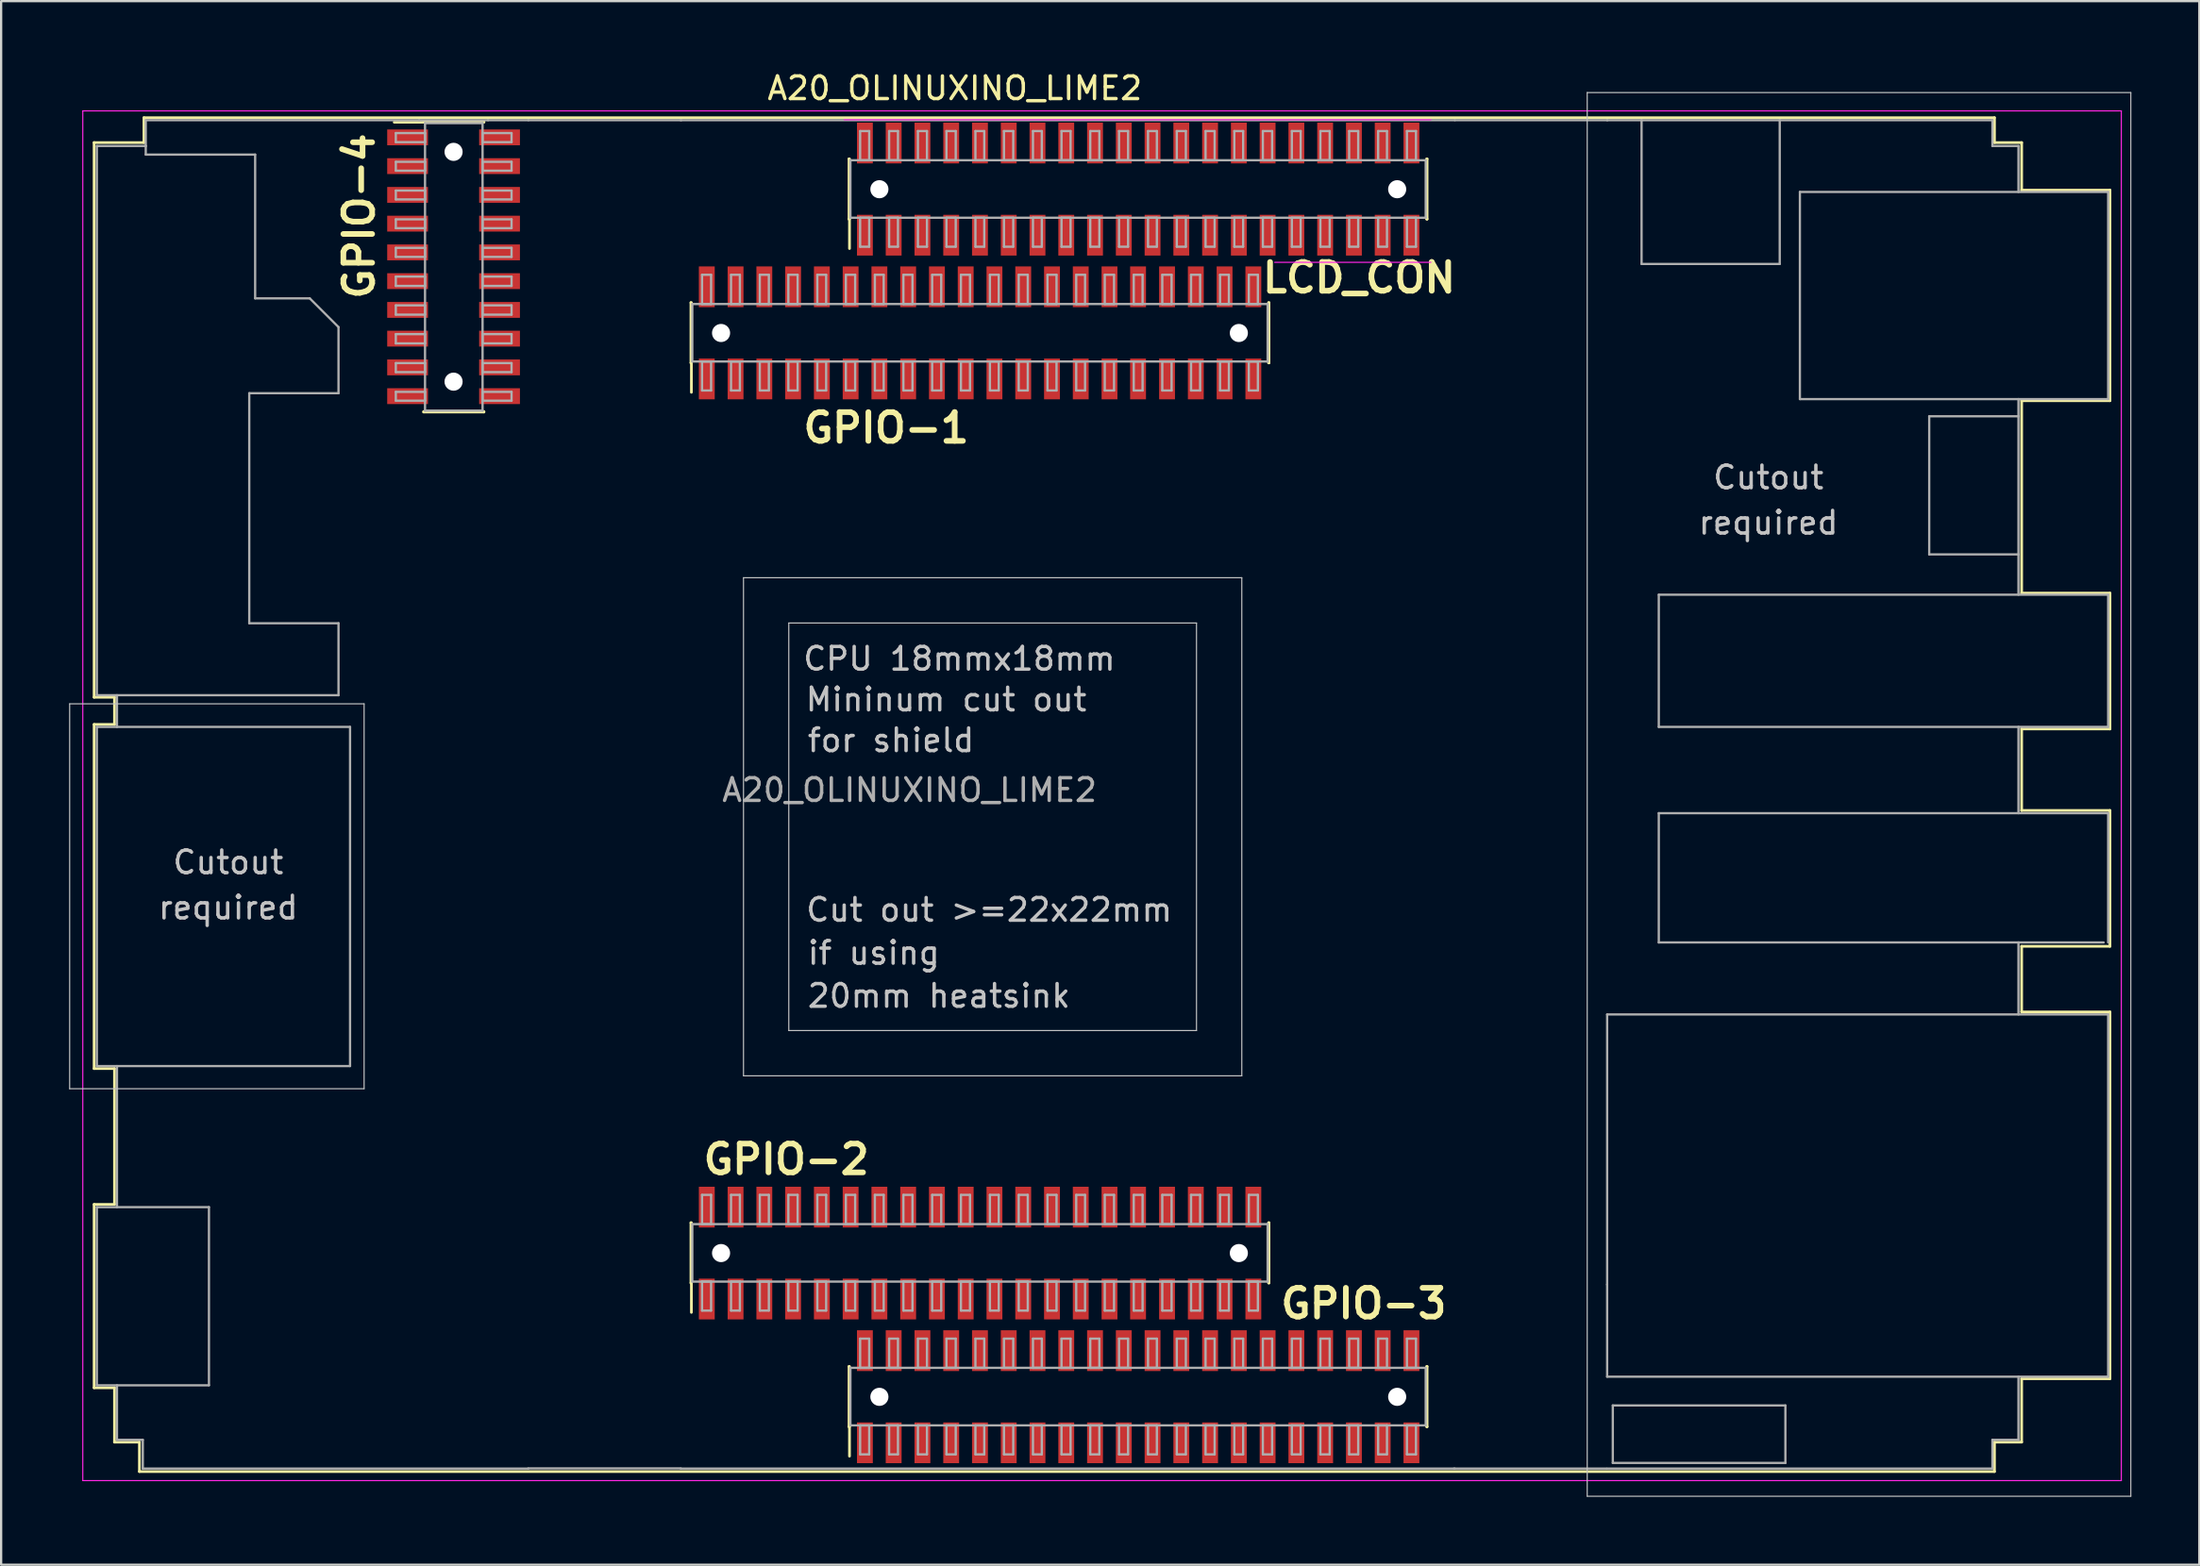
<source format=kicad_pcb>
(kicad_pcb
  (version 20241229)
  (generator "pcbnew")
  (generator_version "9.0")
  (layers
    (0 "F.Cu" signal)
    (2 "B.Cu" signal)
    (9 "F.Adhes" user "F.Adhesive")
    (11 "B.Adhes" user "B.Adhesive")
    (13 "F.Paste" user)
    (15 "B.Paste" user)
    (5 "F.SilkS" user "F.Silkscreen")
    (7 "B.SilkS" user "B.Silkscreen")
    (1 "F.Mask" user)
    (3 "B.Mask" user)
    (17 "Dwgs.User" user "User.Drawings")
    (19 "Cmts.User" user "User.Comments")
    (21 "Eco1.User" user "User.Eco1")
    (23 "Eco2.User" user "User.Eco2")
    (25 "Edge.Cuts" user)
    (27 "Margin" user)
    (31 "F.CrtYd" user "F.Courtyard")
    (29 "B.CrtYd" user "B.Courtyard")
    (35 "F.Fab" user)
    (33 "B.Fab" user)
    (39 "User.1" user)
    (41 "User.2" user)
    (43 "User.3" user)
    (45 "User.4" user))
  (footprint "A20_OLINUXINO_LIME2"
    (layer "F.Cu")
    (at 37.105 31.848)
    (property "Reference" "A20_OLINUXINO_LIME2" (at 2 -31 0) (layer "F.SilkS") (effects (font (size 1 1) (thickness 0.15))))
    (attr smd)
    (fp_line (start -36 -28.6) (end -36 -4.1) (stroke (width 0.12) (type solid)) (layer "F.SilkS"))
    (fp_line (start -36 -4.1) (end -35.1 -4.1) (stroke (width 0.12) (type solid)) (layer "F.SilkS"))
    (fp_line (start -36 -2.9) (end -36 12.3) (stroke (width 0.12) (type solid)) (layer "F.SilkS"))
    (fp_line (start -36 12.3) (end -35.1 12.3) (stroke (width 0.12) (type solid)) (layer "F.SilkS"))
    (fp_line (start -36 18.3) (end -36 26.4) (stroke (width 0.12) (type solid)) (layer "F.SilkS"))
    (fp_line (start -36 26.4) (end -35.1 26.4) (stroke (width 0.12) (type solid)) (layer "F.SilkS"))
    (fp_line (start -35.1 -4.1) (end -35.1 -2.9) (stroke (width 0.12) (type solid)) (layer "F.SilkS"))
    (fp_line (start -35.1 -2.9) (end -36 -2.9) (stroke (width 0.12) (type solid)) (layer "F.SilkS"))
    (fp_line (start -35.1 12.3) (end -35.1 18.3) (stroke (width 0.12) (type solid)) (layer "F.SilkS"))
    (fp_line (start -35.1 18.3) (end -36 18.3) (stroke (width 0.12) (type solid)) (layer "F.SilkS"))
    (fp_line (start -35.1 26.4) (end -35.1 28.8) (stroke (width 0.12) (type solid)) (layer "F.SilkS"))
    (fp_line (start -35.1 28.8) (end -34 28.8) (stroke (width 0.12) (type solid)) (layer "F.SilkS"))
    (fp_line (start -34 28.8) (end -34 30.1) (stroke (width 0.12) (type solid)) (layer "F.SilkS"))
    (fp_line (start -34 30.1) (end 47.9 30.1) (stroke (width 0.12) (type solid)) (layer "F.SilkS"))
    (fp_line (start -33.8 -29.7) (end -33.8 -28.6) (stroke (width 0.12) (type solid)) (layer "F.SilkS"))
    (fp_line (start -33.8 -28.6) (end -36 -28.6) (stroke (width 0.12) (type solid)) (layer "F.SilkS"))
    (fp_line (start -22.75 -29.5) (end -21.45 -29.5) (stroke (width 0.12) (type solid)) (layer "F.SilkS"))
    (fp_line (start -21.45 -29.52) (end -18.79 -29.52) (stroke (width 0.12) (type solid)) (layer "F.SilkS"))
    (fp_line (start -21.45 -29.5) (end -21.45 -29.52) (stroke (width 0.12) (type solid)) (layer "F.SilkS"))
    (fp_line (start -21.45 -16.72) (end -21.45 -16.7) (stroke (width 0.12) (type solid)) (layer "F.SilkS"))
    (fp_line (start -21.45 -16.7) (end -18.79 -16.7) (stroke (width 0.12) (type solid)) (layer "F.SilkS"))
    (fp_line (start -18.79 -29.52) (end -18.79 -29.5) (stroke (width 0.12) (type solid)) (layer "F.SilkS"))
    (fp_line (start -18.79 -16.7) (end -18.79 -16.72) (stroke (width 0.12) (type solid)) (layer "F.SilkS"))
    (fp_line (start -9.65 -21.53) (end -9.63 -21.53) (stroke (width 0.12) (type solid)) (layer "F.SilkS"))
    (fp_line (start -9.65 -18.87) (end -9.65 -21.53) (stroke (width 0.12) (type solid)) (layer "F.SilkS"))
    (fp_line (start -9.65 19.11) (end -9.63 19.11) (stroke (width 0.12) (type solid)) (layer "F.SilkS"))
    (fp_line (start -9.65 21.77) (end -9.65 19.11) (stroke (width 0.12) (type solid)) (layer "F.SilkS"))
    (fp_line (start -9.63 -18.87) (end -9.65 -18.87) (stroke (width 0.12) (type solid)) (layer "F.SilkS"))
    (fp_line (start -9.63 -17.57) (end -9.63 -18.87) (stroke (width 0.12) (type solid)) (layer "F.SilkS"))
    (fp_line (start -9.63 21.77) (end -9.65 21.77) (stroke (width 0.12) (type solid)) (layer "F.SilkS"))
    (fp_line (start -9.63 23.07) (end -9.63 21.77) (stroke (width 0.12) (type solid)) (layer "F.SilkS"))
    (fp_line (start -2.67 -27.88) (end -2.65 -27.88) (stroke (width 0.12) (type solid)) (layer "F.SilkS"))
    (fp_line (start -2.67 -25.22) (end -2.67 -27.88) (stroke (width 0.12) (type solid)) (layer "F.SilkS"))
    (fp_line (start -2.67 25.46) (end -2.65 25.46) (stroke (width 0.12) (type solid)) (layer "F.SilkS"))
    (fp_line (start -2.67 28.12) (end -2.67 25.46) (stroke (width 0.12) (type solid)) (layer "F.SilkS"))
    (fp_line (start -2.65 -25.22) (end -2.67 -25.22) (stroke (width 0.12) (type solid)) (layer "F.SilkS"))
    (fp_line (start -2.65 -23.92) (end -2.65 -25.22) (stroke (width 0.12) (type solid)) (layer "F.SilkS"))
    (fp_line (start -2.65 28.12) (end -2.67 28.12) (stroke (width 0.12) (type solid)) (layer "F.SilkS"))
    (fp_line (start -2.65 29.42) (end -2.65 28.12) (stroke (width 0.12) (type solid)) (layer "F.SilkS"))
    (fp_line (start 15.85 -18.87) (end 15.87 -18.87) (stroke (width 0.12) (type solid)) (layer "F.SilkS"))
    (fp_line (start 15.85 21.77) (end 15.87 21.77) (stroke (width 0.12) (type solid)) (layer "F.SilkS"))
    (fp_line (start 15.87 -21.53) (end 15.85 -21.53) (stroke (width 0.12) (type solid)) (layer "F.SilkS"))
    (fp_line (start 15.87 -18.87) (end 15.87 -21.53) (stroke (width 0.12) (type solid)) (layer "F.SilkS"))
    (fp_line (start 15.87 19.11) (end 15.85 19.11) (stroke (width 0.12) (type solid)) (layer "F.SilkS"))
    (fp_line (start 15.87 21.77) (end 15.87 19.11) (stroke (width 0.12) (type solid)) (layer "F.SilkS"))
    (fp_line (start 22.83 -25.22) (end 22.85 -25.22) (stroke (width 0.12) (type solid)) (layer "F.SilkS"))
    (fp_line (start 22.83 28.12) (end 22.85 28.12) (stroke (width 0.12) (type solid)) (layer "F.SilkS"))
    (fp_line (start 22.85 -27.88) (end 22.83 -27.88) (stroke (width 0.12) (type solid)) (layer "F.SilkS"))
    (fp_line (start 22.85 -25.22) (end 22.85 -27.88) (stroke (width 0.12) (type solid)) (layer "F.SilkS"))
    (fp_line (start 22.85 25.46) (end 22.83 25.46) (stroke (width 0.12) (type solid)) (layer "F.SilkS"))
    (fp_line (start 22.85 28.12) (end 22.85 25.46) (stroke (width 0.12) (type solid)) (layer "F.SilkS"))
    (fp_line (start 47.9 -29.7) (end -33.8 -29.7) (stroke (width 0.12) (type solid)) (layer "F.SilkS"))
    (fp_line (start 47.9 -28.6) (end 47.9 -29.7) (stroke (width 0.12) (type solid)) (layer "F.SilkS"))
    (fp_line (start 47.9 28.8) (end 49.1 28.8) (stroke (width 0.12) (type solid)) (layer "F.SilkS"))
    (fp_line (start 47.9 30.1) (end 47.9 28.8) (stroke (width 0.12) (type solid)) (layer "F.SilkS"))
    (fp_line (start 49.1 -28.6) (end 47.9 -28.6) (stroke (width 0.12) (type solid)) (layer "F.SilkS"))
    (fp_line (start 49.1 -26.5) (end 49.1 -28.6) (stroke (width 0.12) (type solid)) (layer "F.SilkS"))
    (fp_line (start 49.1 -17.2) (end 53 -17.2) (stroke (width 0.12) (type solid)) (layer "F.SilkS"))
    (fp_line (start 49.1 -8.7) (end 49.1 -17.2) (stroke (width 0.12) (type solid)) (layer "F.SilkS"))
    (fp_line (start 49.1 -2.7) (end 53 -2.7) (stroke (width 0.12) (type solid)) (layer "F.SilkS"))
    (fp_line (start 49.1 0.9) (end 49.1 -2.7) (stroke (width 0.12) (type solid)) (layer "F.SilkS"))
    (fp_line (start 49.1 6.9) (end 53 6.9) (stroke (width 0.12) (type solid)) (layer "F.SilkS"))
    (fp_line (start 49.1 9.8) (end 49.1 6.9) (stroke (width 0.12) (type solid)) (layer "F.SilkS"))
    (fp_line (start 49.1 26) (end 53 26) (stroke (width 0.12) (type solid)) (layer "F.SilkS"))
    (fp_line (start 49.1 28.8) (end 49.1 26) (stroke (width 0.12) (type solid)) (layer "F.SilkS"))
    (fp_line (start 53 -26.5) (end 49.1 -26.5) (stroke (width 0.12) (type solid)) (layer "F.SilkS"))
    (fp_line (start 53 -17.2) (end 53 -26.5) (stroke (width 0.12) (type solid)) (layer "F.SilkS"))
    (fp_line (start 53 -8.7) (end 49.1 -8.7) (stroke (width 0.12) (type solid)) (layer "F.SilkS"))
    (fp_line (start 53 -2.7) (end 53 -8.7) (stroke (width 0.12) (type solid)) (layer "F.SilkS"))
    (fp_line (start 53 0.9) (end 49.1 0.9) (stroke (width 0.12) (type solid)) (layer "F.SilkS"))
    (fp_line (start 53 6.9) (end 53 0.9) (stroke (width 0.12) (type solid)) (layer "F.SilkS"))
    (fp_line (start 53 9.8) (end 49.1 9.8) (stroke (width 0.12) (type solid)) (layer "F.SilkS"))
    (fp_line (start 53 26) (end 53 9.8) (stroke (width 0.12) (type solid)) (layer "F.SilkS"))
    (fp_line (start -37.08 -3.81) (end -37.08 13.19) (stroke (width 0.05) (type solid)) (layer "Dwgs.User"))
    (fp_line (start -37.08 13.19) (end -24.08 13.19) (stroke (width 0.05) (type solid)) (layer "Dwgs.User"))
    (fp_line (start -24.08 -3.81) (end -37.08 -3.81) (stroke (width 0.05) (type solid)) (layer "Dwgs.User"))
    (fp_line (start -24.08 13.19) (end -24.08 -3.81) (stroke (width 0.05) (type solid)) (layer "Dwgs.User"))
    (fp_line (start -7.33 -9.38) (end -7.33 12.62) (stroke (width 0.05) (type solid)) (layer "Dwgs.User"))
    (fp_line (start -7.33 12.62) (end 14.67 12.62) (stroke (width 0.05) (type solid)) (layer "Dwgs.User"))
    (fp_line (start -5.33 -7.38) (end -5.33 10.62) (stroke (width 0.05) (type solid)) (layer "Dwgs.User"))
    (fp_line (start -5.33 10.62) (end 12.67 10.62) (stroke (width 0.05) (type solid)) (layer "Dwgs.User"))
    (fp_line (start 12.67 -7.38) (end -5.33 -7.38) (stroke (width 0.05) (type solid)) (layer "Dwgs.User"))
    (fp_line (start 12.67 10.62) (end 12.67 -7.38) (stroke (width 0.05) (type solid)) (layer "Dwgs.User"))
    (fp_line (start 14.67 -9.38) (end -7.33 -9.38) (stroke (width 0.05) (type solid)) (layer "Dwgs.User"))
    (fp_line (start 14.67 12.62) (end 14.67 -9.38) (stroke (width 0.05) (type solid)) (layer "Dwgs.User"))
    (fp_line (start 29.92 -30.81) (end 53.92 -30.81) (stroke (width 0.05) (type solid)) (layer "Dwgs.User"))
    (fp_line (start 29.92 31.19) (end 29.92 -30.81) (stroke (width 0.05) (type solid)) (layer "Dwgs.User"))
    (fp_line (start 53.92 -30.81) (end 53.92 31.19) (stroke (width 0.05) (type solid)) (layer "Dwgs.User"))
    (fp_line (start 53.92 31.19) (end 29.92 31.19) (stroke (width 0.05) (type solid)) (layer "Dwgs.User"))
    (fp_line (start -36.5 -30) (end -36.5 30.5) (stroke (width 0.05) (type solid)) (layer "F.CrtYd"))
    (fp_line (start -36.5 30.5) (end 53.5 30.5) (stroke (width 0.05) (type solid)) (layer "F.CrtYd"))
    (fp_line (start 16.12 -23.31) (end 23.02 -23.31) (stroke (width 0.05) (type solid)) (layer "F.CrtYd"))
    (fp_line (start 23.02 -29.61) (end -2.88 -29.61) (stroke (width 0.05) (type solid)) (layer "F.CrtYd"))
    (fp_line (start 53.5 -30) (end -36.5 -30) (stroke (width 0.05) (type solid)) (layer "F.CrtYd"))
    (fp_line (start 53.5 30.5) (end 53.5 -30) (stroke (width 0.05) (type solid)) (layer "F.CrtYd"))
    (fp_line (start -35.88 -28.45) (end -33.72 -28.45) (stroke (width 0.1) (type solid)) (layer "F.Fab"))
    (fp_line (start -35.88 -4.19) (end -35.88 -28.45) (stroke (width 0.1) (type solid)) (layer "F.Fab"))
    (fp_line (start -35.88 -4.19) (end -25.21 -4.19) (stroke (width 0.1) (type solid)) (layer "F.Fab"))
    (fp_line (start -35.88 12.19) (end -35.88 -2.79) (stroke (width 0.1) (type solid)) (layer "F.Fab"))
    (fp_line (start -35.88 12.19) (end -24.7 12.19) (stroke (width 0.1) (type solid)) (layer "F.Fab"))
    (fp_line (start -35.88 26.29) (end -35.88 18.42) (stroke (width 0.1) (type solid)) (layer "F.Fab"))
    (fp_line (start -35.88 26.29) (end -30.93 26.29) (stroke (width 0.1) (type solid)) (layer "F.Fab"))
    (fp_line (start -34.99 -2.79) (end -34.99 -4.19) (stroke (width 0.1) (type solid)) (layer "F.Fab"))
    (fp_line (start -34.99 18.42) (end -34.99 12.19) (stroke (width 0.1) (type solid)) (layer "F.Fab"))
    (fp_line (start -34.99 28.7) (end -34.99 26.29) (stroke (width 0.1) (type solid)) (layer "F.Fab"))
    (fp_line (start -33.85 28.7) (end -34.99 28.7) (stroke (width 0.1) (type solid)) (layer "F.Fab"))
    (fp_line (start -33.85 29.97) (end -33.85 28.7) (stroke (width 0.1) (type solid)) (layer "F.Fab"))
    (fp_line (start -33.72 -29.59) (end -21.65 -29.59) (stroke (width 0.1) (type solid)) (layer "F.Fab"))
    (fp_line (start -33.72 -28.45) (end -33.72 -29.59) (stroke (width 0.1) (type solid)) (layer "F.Fab"))
    (fp_line (start -33.72 -28.07) (end -33.72 -28.45) (stroke (width 0.1) (type solid)) (layer "F.Fab"))
    (fp_line (start -30.93 18.42) (end -35.88 18.42) (stroke (width 0.1) (type solid)) (layer "F.Fab"))
    (fp_line (start -30.93 26.29) (end -30.93 18.42) (stroke (width 0.1) (type solid)) (layer "F.Fab"))
    (fp_line (start -29.15 -17.53) (end -25.21 -17.53) (stroke (width 0.1) (type solid)) (layer "F.Fab"))
    (fp_line (start -29.15 -7.37) (end -29.15 -17.53) (stroke (width 0.1) (type solid)) (layer "F.Fab"))
    (fp_line (start -28.89 -28.07) (end -33.72 -28.07) (stroke (width 0.1) (type solid)) (layer "F.Fab"))
    (fp_line (start -28.89 -21.72) (end -28.89 -28.07) (stroke (width 0.1) (type solid)) (layer "F.Fab"))
    (fp_line (start -26.48 -21.72) (end -28.89 -21.72) (stroke (width 0.1) (type solid)) (layer "F.Fab"))
    (fp_line (start -25.21 -20.45) (end -26.48 -21.72) (stroke (width 0.1) (type solid)) (layer "F.Fab"))
    (fp_line (start -25.21 -17.53) (end -25.21 -20.45) (stroke (width 0.1) (type solid)) (layer "F.Fab"))
    (fp_line (start -25.21 -7.37) (end -29.15 -7.37) (stroke (width 0.1) (type solid)) (layer "F.Fab"))
    (fp_line (start -25.21 -4.19) (end -25.21 -7.37) (stroke (width 0.1) (type solid)) (layer "F.Fab"))
    (fp_line (start -24.7 -2.79) (end -35.88 -2.79) (stroke (width 0.1) (type solid)) (layer "F.Fab"))
    (fp_line (start -24.7 12.19) (end -24.7 -2.79) (stroke (width 0.1) (type solid)) (layer "F.Fab"))
    (fp_line (start -22.68 -29.02) (end -21.39 -29.02) (stroke (width 0.1) (type solid)) (layer "F.Fab"))
    (fp_line (start -22.68 -28.62) (end -22.68 -29.02) (stroke (width 0.1) (type solid)) (layer "F.Fab"))
    (fp_line (start -22.68 -27.75) (end -21.39 -27.75) (stroke (width 0.1) (type solid)) (layer "F.Fab"))
    (fp_line (start -22.68 -27.36) (end -22.68 -27.75) (stroke (width 0.1) (type solid)) (layer "F.Fab"))
    (fp_line (start -22.68 -26.48) (end -21.39 -26.48) (stroke (width 0.1) (type solid)) (layer "F.Fab"))
    (fp_line (start -22.68 -26.09) (end -22.68 -26.48) (stroke (width 0.1) (type solid)) (layer "F.Fab"))
    (fp_line (start -22.68 -25.21) (end -21.39 -25.21) (stroke (width 0.1) (type solid)) (layer "F.Fab"))
    (fp_line (start -22.68 -24.82) (end -22.68 -25.21) (stroke (width 0.1) (type solid)) (layer "F.Fab"))
    (fp_line (start -22.68 -23.95) (end -21.39 -23.95) (stroke (width 0.1) (type solid)) (layer "F.Fab"))
    (fp_line (start -22.68 -23.55) (end -22.68 -23.95) (stroke (width 0.1) (type solid)) (layer "F.Fab"))
    (fp_line (start -22.68 -22.68) (end -21.39 -22.68) (stroke (width 0.1) (type solid)) (layer "F.Fab"))
    (fp_line (start -22.68 -22.27) (end -22.68 -22.68) (stroke (width 0.1) (type solid)) (layer "F.Fab"))
    (fp_line (start -22.68 -21.41) (end -21.39 -21.41) (stroke (width 0.1) (type solid)) (layer "F.Fab"))
    (fp_line (start -22.68 -21) (end -22.68 -21.41) (stroke (width 0.1) (type solid)) (layer "F.Fab"))
    (fp_line (start -22.68 -20.14) (end -21.39 -20.14) (stroke (width 0.1) (type solid)) (layer "F.Fab"))
    (fp_line (start -22.68 -19.73) (end -22.68 -20.14) (stroke (width 0.1) (type solid)) (layer "F.Fab"))
    (fp_line (start -22.68 -18.86) (end -21.39 -18.86) (stroke (width 0.1) (type solid)) (layer "F.Fab"))
    (fp_line (start -22.68 -18.46) (end -22.68 -18.86) (stroke (width 0.1) (type solid)) (layer "F.Fab"))
    (fp_line (start -22.68 -17.59) (end -21.39 -17.59) (stroke (width 0.1) (type solid)) (layer "F.Fab"))
    (fp_line (start -22.68 -17.2) (end -22.68 -17.59) (stroke (width 0.1) (type solid)) (layer "F.Fab"))
    (fp_line (start -21.65 -29.59) (end -18.61 -29.59) (stroke (width 0.1) (type solid)) (layer "F.Fab"))
    (fp_line (start -21.39 -29.46) (end -21.39 -16.76) (stroke (width 0.1) (type solid)) (layer "F.Fab"))
    (fp_line (start -21.39 -29.02) (end -21.39 -28.62) (stroke (width 0.1) (type solid)) (layer "F.Fab"))
    (fp_line (start -21.39 -28.62) (end -22.68 -28.62) (stroke (width 0.1) (type solid)) (layer "F.Fab"))
    (fp_line (start -21.39 -27.75) (end -21.39 -27.36) (stroke (width 0.1) (type solid)) (layer "F.Fab"))
    (fp_line (start -21.39 -27.36) (end -22.68 -27.36) (stroke (width 0.1) (type solid)) (layer "F.Fab"))
    (fp_line (start -21.39 -26.48) (end -21.39 -26.09) (stroke (width 0.1) (type solid)) (layer "F.Fab"))
    (fp_line (start -21.39 -26.09) (end -22.68 -26.09) (stroke (width 0.1) (type solid)) (layer "F.Fab"))
    (fp_line (start -21.39 -25.21) (end -21.39 -24.82) (stroke (width 0.1) (type solid)) (layer "F.Fab"))
    (fp_line (start -21.39 -24.82) (end -22.68 -24.82) (stroke (width 0.1) (type solid)) (layer "F.Fab"))
    (fp_line (start -21.39 -23.95) (end -21.39 -23.55) (stroke (width 0.1) (type solid)) (layer "F.Fab"))
    (fp_line (start -21.39 -23.55) (end -22.68 -23.55) (stroke (width 0.1) (type solid)) (layer "F.Fab"))
    (fp_line (start -21.39 -22.68) (end -21.39 -22.27) (stroke (width 0.1) (type solid)) (layer "F.Fab"))
    (fp_line (start -21.39 -22.27) (end -22.68 -22.27) (stroke (width 0.1) (type solid)) (layer "F.Fab"))
    (fp_line (start -21.39 -21.41) (end -21.39 -21) (stroke (width 0.1) (type solid)) (layer "F.Fab"))
    (fp_line (start -21.39 -21) (end -22.68 -21) (stroke (width 0.1) (type solid)) (layer "F.Fab"))
    (fp_line (start -21.39 -20.14) (end -21.39 -19.73) (stroke (width 0.1) (type solid)) (layer "F.Fab"))
    (fp_line (start -21.39 -19.73) (end -22.68 -19.73) (stroke (width 0.1) (type solid)) (layer "F.Fab"))
    (fp_line (start -21.39 -18.86) (end -21.39 -18.46) (stroke (width 0.1) (type solid)) (layer "F.Fab"))
    (fp_line (start -21.39 -18.46) (end -22.68 -18.46) (stroke (width 0.1) (type solid)) (layer "F.Fab"))
    (fp_line (start -21.39 -17.59) (end -21.39 -17.2) (stroke (width 0.1) (type solid)) (layer "F.Fab"))
    (fp_line (start -21.39 -17.2) (end -22.68 -17.2) (stroke (width 0.1) (type solid)) (layer "F.Fab"))
    (fp_line (start -21.39 -16.76) (end -18.85 -16.76) (stroke (width 0.1) (type solid)) (layer "F.Fab"))
    (fp_line (start -18.85 -29.46) (end -21.39 -29.46) (stroke (width 0.1) (type solid)) (layer "F.Fab"))
    (fp_line (start -18.85 -29.02) (end -18.85 -28.62) (stroke (width 0.1) (type solid)) (layer "F.Fab"))
    (fp_line (start -18.85 -28.62) (end -17.57 -28.62) (stroke (width 0.1) (type solid)) (layer "F.Fab"))
    (fp_line (start -18.85 -27.75) (end -18.85 -27.36) (stroke (width 0.1) (type solid)) (layer "F.Fab"))
    (fp_line (start -18.85 -27.36) (end -17.57 -27.36) (stroke (width 0.1) (type solid)) (layer "F.Fab"))
    (fp_line (start -18.85 -26.48) (end -18.85 -26.09) (stroke (width 0.1) (type solid)) (layer "F.Fab"))
    (fp_line (start -18.85 -26.09) (end -17.57 -26.09) (stroke (width 0.1) (type solid)) (layer "F.Fab"))
    (fp_line (start -18.85 -25.21) (end -18.85 -24.82) (stroke (width 0.1) (type solid)) (layer "F.Fab"))
    (fp_line (start -18.85 -24.82) (end -17.57 -24.82) (stroke (width 0.1) (type solid)) (layer "F.Fab"))
    (fp_line (start -18.85 -23.95) (end -18.85 -23.55) (stroke (width 0.1) (type solid)) (layer "F.Fab"))
    (fp_line (start -18.85 -23.55) (end -17.57 -23.55) (stroke (width 0.1) (type solid)) (layer "F.Fab"))
    (fp_line (start -18.85 -22.68) (end -18.85 -22.27) (stroke (width 0.1) (type solid)) (layer "F.Fab"))
    (fp_line (start -18.85 -22.27) (end -17.57 -22.27) (stroke (width 0.1) (type solid)) (layer "F.Fab"))
    (fp_line (start -18.85 -21.41) (end -18.85 -21) (stroke (width 0.1) (type solid)) (layer "F.Fab"))
    (fp_line (start -18.85 -21) (end -17.57 -21) (stroke (width 0.1) (type solid)) (layer "F.Fab"))
    (fp_line (start -18.85 -20.14) (end -18.85 -19.73) (stroke (width 0.1) (type solid)) (layer "F.Fab"))
    (fp_line (start -18.85 -19.73) (end -17.57 -19.73) (stroke (width 0.1) (type solid)) (layer "F.Fab"))
    (fp_line (start -18.85 -18.86) (end -18.85 -18.46) (stroke (width 0.1) (type solid)) (layer "F.Fab"))
    (fp_line (start -18.85 -18.46) (end -17.57 -18.46) (stroke (width 0.1) (type solid)) (layer "F.Fab"))
    (fp_line (start -18.85 -17.59) (end -18.85 -17.2) (stroke (width 0.1) (type solid)) (layer "F.Fab"))
    (fp_line (start -18.85 -17.2) (end -17.57 -17.2) (stroke (width 0.1) (type solid)) (layer "F.Fab"))
    (fp_line (start -18.85 -16.76) (end -18.85 -29.46) (stroke (width 0.1) (type solid)) (layer "F.Fab"))
    (fp_line (start -18.61 -29.59) (end -16.83 -29.59) (stroke (width 0.1) (type solid)) (layer "F.Fab"))
    (fp_line (start -17.57 -29.02) (end -18.85 -29.02) (stroke (width 0.1) (type solid)) (layer "F.Fab"))
    (fp_line (start -17.57 -28.62) (end -17.57 -29.02) (stroke (width 0.1) (type solid)) (layer "F.Fab"))
    (fp_line (start -17.57 -27.75) (end -18.85 -27.75) (stroke (width 0.1) (type solid)) (layer "F.Fab"))
    (fp_line (start -17.57 -27.36) (end -17.57 -27.75) (stroke (width 0.1) (type solid)) (layer "F.Fab"))
    (fp_line (start -17.57 -26.48) (end -18.85 -26.48) (stroke (width 0.1) (type solid)) (layer "F.Fab"))
    (fp_line (start -17.57 -26.09) (end -17.57 -26.48) (stroke (width 0.1) (type solid)) (layer "F.Fab"))
    (fp_line (start -17.57 -25.21) (end -18.85 -25.21) (stroke (width 0.1) (type solid)) (layer "F.Fab"))
    (fp_line (start -17.57 -24.82) (end -17.57 -25.21) (stroke (width 0.1) (type solid)) (layer "F.Fab"))
    (fp_line (start -17.57 -23.95) (end -18.85 -23.95) (stroke (width 0.1) (type solid)) (layer "F.Fab"))
    (fp_line (start -17.57 -23.55) (end -17.57 -23.95) (stroke (width 0.1) (type solid)) (layer "F.Fab"))
    (fp_line (start -17.57 -22.68) (end -18.85 -22.68) (stroke (width 0.1) (type solid)) (layer "F.Fab"))
    (fp_line (start -17.57 -22.27) (end -17.57 -22.68) (stroke (width 0.1) (type solid)) (layer "F.Fab"))
    (fp_line (start -17.57 -21.41) (end -18.85 -21.41) (stroke (width 0.1) (type solid)) (layer "F.Fab"))
    (fp_line (start -17.57 -21) (end -17.57 -21.41) (stroke (width 0.1) (type solid)) (layer "F.Fab"))
    (fp_line (start -17.57 -20.14) (end -18.85 -20.14) (stroke (width 0.1) (type solid)) (layer "F.Fab"))
    (fp_line (start -17.57 -19.73) (end -17.57 -20.14) (stroke (width 0.1) (type solid)) (layer "F.Fab"))
    (fp_line (start -17.57 -18.86) (end -18.85 -18.86) (stroke (width 0.1) (type solid)) (layer "F.Fab"))
    (fp_line (start -17.57 -18.46) (end -17.57 -18.86) (stroke (width 0.1) (type solid)) (layer "F.Fab"))
    (fp_line (start -17.57 -17.59) (end -18.85 -17.59) (stroke (width 0.1) (type solid)) (layer "F.Fab"))
    (fp_line (start -17.57 -17.2) (end -17.57 -17.59) (stroke (width 0.1) (type solid)) (layer "F.Fab"))
    (fp_line (start -16.83 29.97) (end -33.85 29.97) (stroke (width 0.1) (type solid)) (layer "F.Fab"))
    (fp_line (start -16.82 -29.59) (end -10.08 -29.59) (stroke (width 0.1) (type solid)) (layer "F.Fab"))
    (fp_line (start -10.1 -29.59) (end 24.07 -29.59) (stroke (width 0.1) (type solid)) (layer "F.Fab"))
    (fp_line (start -10.1 29.96) (end -16.83 29.96) (stroke (width 0.1) (type solid)) (layer "F.Fab"))
    (fp_line (start -9.59 -21.47) (end -9.59 -18.93) (stroke (width 0.1) (type solid)) (layer "F.Fab"))
    (fp_line (start -9.59 -18.93) (end 15.81 -18.93) (stroke (width 0.1) (type solid)) (layer "F.Fab"))
    (fp_line (start -9.59 19.17) (end -9.59 21.71) (stroke (width 0.1) (type solid)) (layer "F.Fab"))
    (fp_line (start -9.59 21.71) (end 15.81 21.71) (stroke (width 0.1) (type solid)) (layer "F.Fab"))
    (fp_line (start -9.16 -22.76) (end -9.16 -21.47) (stroke (width 0.1) (type solid)) (layer "F.Fab"))
    (fp_line (start -9.16 -21.47) (end -8.76 -21.47) (stroke (width 0.1) (type solid)) (layer "F.Fab"))
    (fp_line (start -9.16 -18.93) (end -8.76 -18.93) (stroke (width 0.1) (type solid)) (layer "F.Fab"))
    (fp_line (start -9.16 -17.65) (end -9.16 -18.93) (stroke (width 0.1) (type solid)) (layer "F.Fab"))
    (fp_line (start -9.16 17.88) (end -9.16 19.17) (stroke (width 0.1) (type solid)) (layer "F.Fab"))
    (fp_line (start -9.16 19.17) (end -8.76 19.17) (stroke (width 0.1) (type solid)) (layer "F.Fab"))
    (fp_line (start -9.16 21.71) (end -8.76 21.71) (stroke (width 0.1) (type solid)) (layer "F.Fab"))
    (fp_line (start -9.16 22.99) (end -9.16 21.71) (stroke (width 0.1) (type solid)) (layer "F.Fab"))
    (fp_line (start -8.76 -22.76) (end -9.16 -22.76) (stroke (width 0.1) (type solid)) (layer "F.Fab"))
    (fp_line (start -8.76 -21.47) (end -8.76 -22.76) (stroke (width 0.1) (type solid)) (layer "F.Fab"))
    (fp_line (start -8.76 -18.93) (end -8.76 -17.65) (stroke (width 0.1) (type solid)) (layer "F.Fab"))
    (fp_line (start -8.76 -17.65) (end -9.16 -17.65) (stroke (width 0.1) (type solid)) (layer "F.Fab"))
    (fp_line (start -8.76 17.88) (end -9.16 17.88) (stroke (width 0.1) (type solid)) (layer "F.Fab"))
    (fp_line (start -8.76 19.17) (end -8.76 17.88) (stroke (width 0.1) (type solid)) (layer "F.Fab"))
    (fp_line (start -8.76 21.71) (end -8.76 22.99) (stroke (width 0.1) (type solid)) (layer "F.Fab"))
    (fp_line (start -8.76 22.99) (end -9.16 22.99) (stroke (width 0.1) (type solid)) (layer "F.Fab"))
    (fp_line (start -7.88 -22.76) (end -7.88 -21.47) (stroke (width 0.1) (type solid)) (layer "F.Fab"))
    (fp_line (start -7.88 -21.47) (end -7.49 -21.47) (stroke (width 0.1) (type solid)) (layer "F.Fab"))
    (fp_line (start -7.88 -18.93) (end -7.49 -18.93) (stroke (width 0.1) (type solid)) (layer "F.Fab"))
    (fp_line (start -7.88 -17.65) (end -7.88 -18.93) (stroke (width 0.1) (type solid)) (layer "F.Fab"))
    (fp_line (start -7.88 17.88) (end -7.88 19.17) (stroke (width 0.1) (type solid)) (layer "F.Fab"))
    (fp_line (start -7.88 19.17) (end -7.49 19.17) (stroke (width 0.1) (type solid)) (layer "F.Fab"))
    (fp_line (start -7.88 21.71) (end -7.49 21.71) (stroke (width 0.1) (type solid)) (layer "F.Fab"))
    (fp_line (start -7.88 22.99) (end -7.88 21.71) (stroke (width 0.1) (type solid)) (layer "F.Fab"))
    (fp_line (start -7.49 -22.76) (end -7.88 -22.76) (stroke (width 0.1) (type solid)) (layer "F.Fab"))
    (fp_line (start -7.49 -21.47) (end -7.49 -22.76) (stroke (width 0.1) (type solid)) (layer "F.Fab"))
    (fp_line (start -7.49 -18.93) (end -7.49 -17.65) (stroke (width 0.1) (type solid)) (layer "F.Fab"))
    (fp_line (start -7.49 -17.65) (end -7.88 -17.65) (stroke (width 0.1) (type solid)) (layer "F.Fab"))
    (fp_line (start -7.49 17.88) (end -7.88 17.88) (stroke (width 0.1) (type solid)) (layer "F.Fab"))
    (fp_line (start -7.49 19.17) (end -7.49 17.88) (stroke (width 0.1) (type solid)) (layer "F.Fab"))
    (fp_line (start -7.49 21.71) (end -7.49 22.99) (stroke (width 0.1) (type solid)) (layer "F.Fab"))
    (fp_line (start -7.49 22.99) (end -7.88 22.99) (stroke (width 0.1) (type solid)) (layer "F.Fab"))
    (fp_line (start -6.61 -22.76) (end -6.61 -21.47) (stroke (width 0.1) (type solid)) (layer "F.Fab"))
    (fp_line (start -6.61 -21.47) (end -6.21 -21.47) (stroke (width 0.1) (type solid)) (layer "F.Fab"))
    (fp_line (start -6.61 -18.93) (end -6.21 -18.93) (stroke (width 0.1) (type solid)) (layer "F.Fab"))
    (fp_line (start -6.61 -17.65) (end -6.61 -18.93) (stroke (width 0.1) (type solid)) (layer "F.Fab"))
    (fp_line (start -6.61 17.88) (end -6.61 19.17) (stroke (width 0.1) (type solid)) (layer "F.Fab"))
    (fp_line (start -6.61 19.17) (end -6.21 19.17) (stroke (width 0.1) (type solid)) (layer "F.Fab"))
    (fp_line (start -6.61 21.71) (end -6.21 21.71) (stroke (width 0.1) (type solid)) (layer "F.Fab"))
    (fp_line (start -6.61 22.99) (end -6.61 21.71) (stroke (width 0.1) (type solid)) (layer "F.Fab"))
    (fp_line (start -6.21 -22.76) (end -6.61 -22.76) (stroke (width 0.1) (type solid)) (layer "F.Fab"))
    (fp_line (start -6.21 -21.47) (end -6.21 -22.76) (stroke (width 0.1) (type solid)) (layer "F.Fab"))
    (fp_line (start -6.21 -18.93) (end -6.21 -17.65) (stroke (width 0.1) (type solid)) (layer "F.Fab"))
    (fp_line (start -6.21 -17.65) (end -6.61 -17.65) (stroke (width 0.1) (type solid)) (layer "F.Fab"))
    (fp_line (start -6.21 17.88) (end -6.61 17.88) (stroke (width 0.1) (type solid)) (layer "F.Fab"))
    (fp_line (start -6.21 19.17) (end -6.21 17.88) (stroke (width 0.1) (type solid)) (layer "F.Fab"))
    (fp_line (start -6.21 21.71) (end -6.21 22.99) (stroke (width 0.1) (type solid)) (layer "F.Fab"))
    (fp_line (start -6.21 22.99) (end -6.61 22.99) (stroke (width 0.1) (type solid)) (layer "F.Fab"))
    (fp_line (start -5.35 -22.76) (end -5.35 -21.47) (stroke (width 0.1) (type solid)) (layer "F.Fab"))
    (fp_line (start -5.35 -21.47) (end -4.94 -21.47) (stroke (width 0.1) (type solid)) (layer "F.Fab"))
    (fp_line (start -5.35 -18.93) (end -4.94 -18.93) (stroke (width 0.1) (type solid)) (layer "F.Fab"))
    (fp_line (start -5.35 -17.65) (end -5.35 -18.93) (stroke (width 0.1) (type solid)) (layer "F.Fab"))
    (fp_line (start -5.35 17.88) (end -5.35 19.17) (stroke (width 0.1) (type solid)) (layer "F.Fab"))
    (fp_line (start -5.35 19.17) (end -4.94 19.17) (stroke (width 0.1) (type solid)) (layer "F.Fab"))
    (fp_line (start -5.35 21.71) (end -4.94 21.71) (stroke (width 0.1) (type solid)) (layer "F.Fab"))
    (fp_line (start -5.35 22.99) (end -5.35 21.71) (stroke (width 0.1) (type solid)) (layer "F.Fab"))
    (fp_line (start -4.94 -22.76) (end -5.35 -22.76) (stroke (width 0.1) (type solid)) (layer "F.Fab"))
    (fp_line (start -4.94 -21.47) (end -4.94 -22.76) (stroke (width 0.1) (type solid)) (layer "F.Fab"))
    (fp_line (start -4.94 -18.93) (end -4.94 -17.65) (stroke (width 0.1) (type solid)) (layer "F.Fab"))
    (fp_line (start -4.94 -17.65) (end -5.35 -17.65) (stroke (width 0.1) (type solid)) (layer "F.Fab"))
    (fp_line (start -4.94 17.88) (end -5.35 17.88) (stroke (width 0.1) (type solid)) (layer "F.Fab"))
    (fp_line (start -4.94 19.17) (end -4.94 17.88) (stroke (width 0.1) (type solid)) (layer "F.Fab"))
    (fp_line (start -4.94 21.71) (end -4.94 22.99) (stroke (width 0.1) (type solid)) (layer "F.Fab"))
    (fp_line (start -4.94 22.99) (end -5.35 22.99) (stroke (width 0.1) (type solid)) (layer "F.Fab"))
    (fp_line (start -4.07 -22.76) (end -4.07 -21.47) (stroke (width 0.1) (type solid)) (layer "F.Fab"))
    (fp_line (start -4.07 -21.47) (end -3.68 -21.47) (stroke (width 0.1) (type solid)) (layer "F.Fab"))
    (fp_line (start -4.07 -18.93) (end -3.68 -18.93) (stroke (width 0.1) (type solid)) (layer "F.Fab"))
    (fp_line (start -4.07 -17.65) (end -4.07 -18.93) (stroke (width 0.1) (type solid)) (layer "F.Fab"))
    (fp_line (start -4.07 17.88) (end -4.07 19.17) (stroke (width 0.1) (type solid)) (layer "F.Fab"))
    (fp_line (start -4.07 19.17) (end -3.68 19.17) (stroke (width 0.1) (type solid)) (layer "F.Fab"))
    (fp_line (start -4.07 21.71) (end -3.68 21.71) (stroke (width 0.1) (type solid)) (layer "F.Fab"))
    (fp_line (start -4.07 22.99) (end -4.07 21.71) (stroke (width 0.1) (type solid)) (layer "F.Fab"))
    (fp_line (start -3.68 -22.76) (end -4.07 -22.76) (stroke (width 0.1) (type solid)) (layer "F.Fab"))
    (fp_line (start -3.68 -21.47) (end -3.68 -22.76) (stroke (width 0.1) (type solid)) (layer "F.Fab"))
    (fp_line (start -3.68 -18.93) (end -3.68 -17.65) (stroke (width 0.1) (type solid)) (layer "F.Fab"))
    (fp_line (start -3.68 -17.65) (end -4.07 -17.65) (stroke (width 0.1) (type solid)) (layer "F.Fab"))
    (fp_line (start -3.68 17.88) (end -4.07 17.88) (stroke (width 0.1) (type solid)) (layer "F.Fab"))
    (fp_line (start -3.68 19.17) (end -3.68 17.88) (stroke (width 0.1) (type solid)) (layer "F.Fab"))
    (fp_line (start -3.68 21.71) (end -3.68 22.99) (stroke (width 0.1) (type solid)) (layer "F.Fab"))
    (fp_line (start -3.68 22.99) (end -4.07 22.99) (stroke (width 0.1) (type solid)) (layer "F.Fab"))
    (fp_line (start -2.81 -22.76) (end -2.81 -21.47) (stroke (width 0.1) (type solid)) (layer "F.Fab"))
    (fp_line (start -2.81 -21.47) (end -2.4 -21.47) (stroke (width 0.1) (type solid)) (layer "F.Fab"))
    (fp_line (start -2.81 -18.93) (end -2.4 -18.93) (stroke (width 0.1) (type solid)) (layer "F.Fab"))
    (fp_line (start -2.81 -17.65) (end -2.81 -18.93) (stroke (width 0.1) (type solid)) (layer "F.Fab"))
    (fp_line (start -2.81 17.88) (end -2.81 19.17) (stroke (width 0.1) (type solid)) (layer "F.Fab"))
    (fp_line (start -2.81 19.17) (end -2.4 19.17) (stroke (width 0.1) (type solid)) (layer "F.Fab"))
    (fp_line (start -2.81 21.71) (end -2.4 21.71) (stroke (width 0.1) (type solid)) (layer "F.Fab"))
    (fp_line (start -2.81 22.99) (end -2.81 21.71) (stroke (width 0.1) (type solid)) (layer "F.Fab"))
    (fp_line (start -2.61 -27.82) (end -2.61 -25.28) (stroke (width 0.1) (type solid)) (layer "F.Fab"))
    (fp_line (start -2.61 -25.28) (end 22.79 -25.28) (stroke (width 0.1) (type solid)) (layer "F.Fab"))
    (fp_line (start -2.61 25.52) (end -2.61 28.06) (stroke (width 0.1) (type solid)) (layer "F.Fab"))
    (fp_line (start -2.61 28.06) (end 22.79 28.06) (stroke (width 0.1) (type solid)) (layer "F.Fab"))
    (fp_line (start -2.4 -22.76) (end -2.81 -22.76) (stroke (width 0.1) (type solid)) (layer "F.Fab"))
    (fp_line (start -2.4 -21.47) (end -2.4 -22.76) (stroke (width 0.1) (type solid)) (layer "F.Fab"))
    (fp_line (start -2.4 -18.93) (end -2.4 -17.65) (stroke (width 0.1) (type solid)) (layer "F.Fab"))
    (fp_line (start -2.4 -17.65) (end -2.81 -17.65) (stroke (width 0.1) (type solid)) (layer "F.Fab"))
    (fp_line (start -2.4 17.88) (end -2.81 17.88) (stroke (width 0.1) (type solid)) (layer "F.Fab"))
    (fp_line (start -2.4 19.17) (end -2.4 17.88) (stroke (width 0.1) (type solid)) (layer "F.Fab"))
    (fp_line (start -2.4 21.71) (end -2.4 22.99) (stroke (width 0.1) (type solid)) (layer "F.Fab"))
    (fp_line (start -2.4 22.99) (end -2.81 22.99) (stroke (width 0.1) (type solid)) (layer "F.Fab"))
    (fp_line (start -2.18 -29.11) (end -2.18 -27.82) (stroke (width 0.1) (type solid)) (layer "F.Fab"))
    (fp_line (start -2.18 -27.82) (end -1.78 -27.82) (stroke (width 0.1) (type solid)) (layer "F.Fab"))
    (fp_line (start -2.18 -25.28) (end -1.78 -25.28) (stroke (width 0.1) (type solid)) (layer "F.Fab"))
    (fp_line (start -2.18 -24) (end -2.18 -25.28) (stroke (width 0.1) (type solid)) (layer "F.Fab"))
    (fp_line (start -2.18 24.23) (end -2.18 25.52) (stroke (width 0.1) (type solid)) (layer "F.Fab"))
    (fp_line (start -2.18 25.52) (end -1.78 25.52) (stroke (width 0.1) (type solid)) (layer "F.Fab"))
    (fp_line (start -2.18 28.06) (end -1.78 28.06) (stroke (width 0.1) (type solid)) (layer "F.Fab"))
    (fp_line (start -2.18 29.34) (end -2.18 28.06) (stroke (width 0.1) (type solid)) (layer "F.Fab"))
    (fp_line (start -1.78 -29.11) (end -2.18 -29.11) (stroke (width 0.1) (type solid)) (layer "F.Fab"))
    (fp_line (start -1.78 -27.82) (end -1.78 -29.11) (stroke (width 0.1) (type solid)) (layer "F.Fab"))
    (fp_line (start -1.78 -25.28) (end -1.78 -24) (stroke (width 0.1) (type solid)) (layer "F.Fab"))
    (fp_line (start -1.78 -24) (end -2.18 -24) (stroke (width 0.1) (type solid)) (layer "F.Fab"))
    (fp_line (start -1.78 24.23) (end -2.18 24.23) (stroke (width 0.1) (type solid)) (layer "F.Fab"))
    (fp_line (start -1.78 25.52) (end -1.78 24.23) (stroke (width 0.1) (type solid)) (layer "F.Fab"))
    (fp_line (start -1.78 28.06) (end -1.78 29.34) (stroke (width 0.1) (type solid)) (layer "F.Fab"))
    (fp_line (start -1.78 29.34) (end -2.18 29.34) (stroke (width 0.1) (type solid)) (layer "F.Fab"))
    (fp_line (start -1.53 -22.76) (end -1.53 -21.47) (stroke (width 0.1) (type solid)) (layer "F.Fab"))
    (fp_line (start -1.53 -21.47) (end -1.14 -21.47) (stroke (width 0.1) (type solid)) (layer "F.Fab"))
    (fp_line (start -1.53 -18.93) (end -1.14 -18.93) (stroke (width 0.1) (type solid)) (layer "F.Fab"))
    (fp_line (start -1.53 -17.65) (end -1.53 -18.93) (stroke (width 0.1) (type solid)) (layer "F.Fab"))
    (fp_line (start -1.53 17.88) (end -1.53 19.17) (stroke (width 0.1) (type solid)) (layer "F.Fab"))
    (fp_line (start -1.53 19.17) (end -1.14 19.17) (stroke (width 0.1) (type solid)) (layer "F.Fab"))
    (fp_line (start -1.53 21.71) (end -1.14 21.71) (stroke (width 0.1) (type solid)) (layer "F.Fab"))
    (fp_line (start -1.53 22.99) (end -1.53 21.71) (stroke (width 0.1) (type solid)) (layer "F.Fab"))
    (fp_line (start -1.14 -22.76) (end -1.53 -22.76) (stroke (width 0.1) (type solid)) (layer "F.Fab"))
    (fp_line (start -1.14 -21.47) (end -1.14 -22.76) (stroke (width 0.1) (type solid)) (layer "F.Fab"))
    (fp_line (start -1.14 -18.93) (end -1.14 -17.65) (stroke (width 0.1) (type solid)) (layer "F.Fab"))
    (fp_line (start -1.14 -17.65) (end -1.53 -17.65) (stroke (width 0.1) (type solid)) (layer "F.Fab"))
    (fp_line (start -1.14 17.88) (end -1.53 17.88) (stroke (width 0.1) (type solid)) (layer "F.Fab"))
    (fp_line (start -1.14 19.17) (end -1.14 17.88) (stroke (width 0.1) (type solid)) (layer "F.Fab"))
    (fp_line (start -1.14 21.71) (end -1.14 22.99) (stroke (width 0.1) (type solid)) (layer "F.Fab"))
    (fp_line (start -1.14 22.99) (end -1.53 22.99) (stroke (width 0.1) (type solid)) (layer "F.Fab"))
    (fp_line (start -0.9 -29.11) (end -0.9 -27.82) (stroke (width 0.1) (type solid)) (layer "F.Fab"))
    (fp_line (start -0.9 -27.82) (end -0.51 -27.82) (stroke (width 0.1) (type solid)) (layer "F.Fab"))
    (fp_line (start -0.9 -25.28) (end -0.51 -25.28) (stroke (width 0.1) (type solid)) (layer "F.Fab"))
    (fp_line (start -0.9 -24) (end -0.9 -25.28) (stroke (width 0.1) (type solid)) (layer "F.Fab"))
    (fp_line (start -0.9 24.23) (end -0.9 25.52) (stroke (width 0.1) (type solid)) (layer "F.Fab"))
    (fp_line (start -0.9 25.52) (end -0.51 25.52) (stroke (width 0.1) (type solid)) (layer "F.Fab"))
    (fp_line (start -0.9 28.06) (end -0.51 28.06) (stroke (width 0.1) (type solid)) (layer "F.Fab"))
    (fp_line (start -0.9 29.34) (end -0.9 28.06) (stroke (width 0.1) (type solid)) (layer "F.Fab"))
    (fp_line (start -0.51 -29.11) (end -0.9 -29.11) (stroke (width 0.1) (type solid)) (layer "F.Fab"))
    (fp_line (start -0.51 -27.82) (end -0.51 -29.11) (stroke (width 0.1) (type solid)) (layer "F.Fab"))
    (fp_line (start -0.51 -25.28) (end -0.51 -24) (stroke (width 0.1) (type solid)) (layer "F.Fab"))
    (fp_line (start -0.51 -24) (end -0.9 -24) (stroke (width 0.1) (type solid)) (layer "F.Fab"))
    (fp_line (start -0.51 24.23) (end -0.9 24.23) (stroke (width 0.1) (type solid)) (layer "F.Fab"))
    (fp_line (start -0.51 25.52) (end -0.51 24.23) (stroke (width 0.1) (type solid)) (layer "F.Fab"))
    (fp_line (start -0.51 28.06) (end -0.51 29.34) (stroke (width 0.1) (type solid)) (layer "F.Fab"))
    (fp_line (start -0.51 29.34) (end -0.9 29.34) (stroke (width 0.1) (type solid)) (layer "F.Fab"))
    (fp_line (start -0.27 -22.76) (end -0.27 -21.47) (stroke (width 0.1) (type solid)) (layer "F.Fab"))
    (fp_line (start -0.27 -21.47) (end 0.13 -21.47) (stroke (width 0.1) (type solid)) (layer "F.Fab"))
    (fp_line (start -0.27 -18.93) (end 0.13 -18.93) (stroke (width 0.1) (type solid)) (layer "F.Fab"))
    (fp_line (start -0.27 -17.65) (end -0.27 -18.93) (stroke (width 0.1) (type solid)) (layer "F.Fab"))
    (fp_line (start -0.27 17.88) (end -0.27 19.17) (stroke (width 0.1) (type solid)) (layer "F.Fab"))
    (fp_line (start -0.27 19.17) (end 0.13 19.17) (stroke (width 0.1) (type solid)) (layer "F.Fab"))
    (fp_line (start -0.27 21.71) (end 0.13 21.71) (stroke (width 0.1) (type solid)) (layer "F.Fab"))
    (fp_line (start -0.27 22.99) (end -0.27 21.71) (stroke (width 0.1) (type solid)) (layer "F.Fab"))
    (fp_line (start 0.13 -22.76) (end -0.27 -22.76) (stroke (width 0.1) (type solid)) (layer "F.Fab"))
    (fp_line (start 0.13 -21.47) (end 0.13 -22.76) (stroke (width 0.1) (type solid)) (layer "F.Fab"))
    (fp_line (start 0.13 -18.93) (end 0.13 -17.65) (stroke (width 0.1) (type solid)) (layer "F.Fab"))
    (fp_line (start 0.13 -17.65) (end -0.27 -17.65) (stroke (width 0.1) (type solid)) (layer "F.Fab"))
    (fp_line (start 0.13 17.88) (end -0.27 17.88) (stroke (width 0.1) (type solid)) (layer "F.Fab"))
    (fp_line (start 0.13 19.17) (end 0.13 17.88) (stroke (width 0.1) (type solid)) (layer "F.Fab"))
    (fp_line (start 0.13 21.71) (end 0.13 22.99) (stroke (width 0.1) (type solid)) (layer "F.Fab"))
    (fp_line (start 0.13 22.99) (end -0.27 22.99) (stroke (width 0.1) (type solid)) (layer "F.Fab"))
    (fp_line (start 0.37 -29.11) (end 0.37 -27.82) (stroke (width 0.1) (type solid)) (layer "F.Fab"))
    (fp_line (start 0.37 -27.82) (end 0.77 -27.82) (stroke (width 0.1) (type solid)) (layer "F.Fab"))
    (fp_line (start 0.37 -25.28) (end 0.77 -25.28) (stroke (width 0.1) (type solid)) (layer "F.Fab"))
    (fp_line (start 0.37 -24) (end 0.37 -25.28) (stroke (width 0.1) (type solid)) (layer "F.Fab"))
    (fp_line (start 0.37 24.23) (end 0.37 25.52) (stroke (width 0.1) (type solid)) (layer "F.Fab"))
    (fp_line (start 0.37 25.52) (end 0.77 25.52) (stroke (width 0.1) (type solid)) (layer "F.Fab"))
    (fp_line (start 0.37 28.06) (end 0.77 28.06) (stroke (width 0.1) (type solid)) (layer "F.Fab"))
    (fp_line (start 0.37 29.34) (end 0.37 28.06) (stroke (width 0.1) (type solid)) (layer "F.Fab"))
    (fp_line (start 0.77 -29.11) (end 0.37 -29.11) (stroke (width 0.1) (type solid)) (layer "F.Fab"))
    (fp_line (start 0.77 -27.82) (end 0.77 -29.11) (stroke (width 0.1) (type solid)) (layer "F.Fab"))
    (fp_line (start 0.77 -25.28) (end 0.77 -24) (stroke (width 0.1) (type solid)) (layer "F.Fab"))
    (fp_line (start 0.77 -24) (end 0.37 -24) (stroke (width 0.1) (type solid)) (layer "F.Fab"))
    (fp_line (start 0.77 24.23) (end 0.37 24.23) (stroke (width 0.1) (type solid)) (layer "F.Fab"))
    (fp_line (start 0.77 25.52) (end 0.77 24.23) (stroke (width 0.1) (type solid)) (layer "F.Fab"))
    (fp_line (start 0.77 28.06) (end 0.77 29.34) (stroke (width 0.1) (type solid)) (layer "F.Fab"))
    (fp_line (start 0.77 29.34) (end 0.37 29.34) (stroke (width 0.1) (type solid)) (layer "F.Fab"))
    (fp_line (start 1 -22.76) (end 1 -21.47) (stroke (width 0.1) (type solid)) (layer "F.Fab"))
    (fp_line (start 1 -21.47) (end 1.4 -21.47) (stroke (width 0.1) (type solid)) (layer "F.Fab"))
    (fp_line (start 1 -18.93) (end 1.4 -18.93) (stroke (width 0.1) (type solid)) (layer "F.Fab"))
    (fp_line (start 1 -17.65) (end 1 -18.93) (stroke (width 0.1) (type solid)) (layer "F.Fab"))
    (fp_line (start 1 17.88) (end 1 19.17) (stroke (width 0.1) (type solid)) (layer "F.Fab"))
    (fp_line (start 1 19.17) (end 1.4 19.17) (stroke (width 0.1) (type solid)) (layer "F.Fab"))
    (fp_line (start 1 21.71) (end 1.4 21.71) (stroke (width 0.1) (type solid)) (layer "F.Fab"))
    (fp_line (start 1 22.99) (end 1 21.71) (stroke (width 0.1) (type solid)) (layer "F.Fab"))
    (fp_line (start 1.4 -22.76) (end 1 -22.76) (stroke (width 0.1) (type solid)) (layer "F.Fab"))
    (fp_line (start 1.4 -21.47) (end 1.4 -22.76) (stroke (width 0.1) (type solid)) (layer "F.Fab"))
    (fp_line (start 1.4 -18.93) (end 1.4 -17.65) (stroke (width 0.1) (type solid)) (layer "F.Fab"))
    (fp_line (start 1.4 -17.65) (end 1 -17.65) (stroke (width 0.1) (type solid)) (layer "F.Fab"))
    (fp_line (start 1.4 17.88) (end 1 17.88) (stroke (width 0.1) (type solid)) (layer "F.Fab"))
    (fp_line (start 1.4 19.17) (end 1.4 17.88) (stroke (width 0.1) (type solid)) (layer "F.Fab"))
    (fp_line (start 1.4 21.71) (end 1.4 22.99) (stroke (width 0.1) (type solid)) (layer "F.Fab"))
    (fp_line (start 1.4 22.99) (end 1 22.99) (stroke (width 0.1) (type solid)) (layer "F.Fab"))
    (fp_line (start 1.63 -29.11) (end 1.63 -27.82) (stroke (width 0.1) (type solid)) (layer "F.Fab"))
    (fp_line (start 1.63 -27.82) (end 2.04 -27.82) (stroke (width 0.1) (type solid)) (layer "F.Fab"))
    (fp_line (start 1.63 -25.28) (end 2.04 -25.28) (stroke (width 0.1) (type solid)) (layer "F.Fab"))
    (fp_line (start 1.63 -24) (end 1.63 -25.28) (stroke (width 0.1) (type solid)) (layer "F.Fab"))
    (fp_line (start 1.63 24.23) (end 1.63 25.52) (stroke (width 0.1) (type solid)) (layer "F.Fab"))
    (fp_line (start 1.63 25.52) (end 2.04 25.52) (stroke (width 0.1) (type solid)) (layer "F.Fab"))
    (fp_line (start 1.63 28.06) (end 2.04 28.06) (stroke (width 0.1) (type solid)) (layer "F.Fab"))
    (fp_line (start 1.63 29.34) (end 1.63 28.06) (stroke (width 0.1) (type solid)) (layer "F.Fab"))
    (fp_line (start 2.04 -29.11) (end 1.63 -29.11) (stroke (width 0.1) (type solid)) (layer "F.Fab"))
    (fp_line (start 2.04 -27.82) (end 2.04 -29.11) (stroke (width 0.1) (type solid)) (layer "F.Fab"))
    (fp_line (start 2.04 -25.28) (end 2.04 -24) (stroke (width 0.1) (type solid)) (layer "F.Fab"))
    (fp_line (start 2.04 -24) (end 1.63 -24) (stroke (width 0.1) (type solid)) (layer "F.Fab"))
    (fp_line (start 2.04 24.23) (end 1.63 24.23) (stroke (width 0.1) (type solid)) (layer "F.Fab"))
    (fp_line (start 2.04 25.52) (end 2.04 24.23) (stroke (width 0.1) (type solid)) (layer "F.Fab"))
    (fp_line (start 2.04 28.06) (end 2.04 29.34) (stroke (width 0.1) (type solid)) (layer "F.Fab"))
    (fp_line (start 2.04 29.34) (end 1.63 29.34) (stroke (width 0.1) (type solid)) (layer "F.Fab"))
    (fp_line (start 2.27 -22.76) (end 2.27 -21.47) (stroke (width 0.1) (type solid)) (layer "F.Fab"))
    (fp_line (start 2.27 -21.47) (end 2.67 -21.47) (stroke (width 0.1) (type solid)) (layer "F.Fab"))
    (fp_line (start 2.27 -18.93) (end 2.67 -18.93) (stroke (width 0.1) (type solid)) (layer "F.Fab"))
    (fp_line (start 2.27 -17.65) (end 2.27 -18.93) (stroke (width 0.1) (type solid)) (layer "F.Fab"))
    (fp_line (start 2.27 17.88) (end 2.27 19.17) (stroke (width 0.1) (type solid)) (layer "F.Fab"))
    (fp_line (start 2.27 19.17) (end 2.67 19.17) (stroke (width 0.1) (type solid)) (layer "F.Fab"))
    (fp_line (start 2.27 21.71) (end 2.67 21.71) (stroke (width 0.1) (type solid)) (layer "F.Fab"))
    (fp_line (start 2.27 22.99) (end 2.27 21.71) (stroke (width 0.1) (type solid)) (layer "F.Fab"))
    (fp_line (start 2.67 -22.76) (end 2.27 -22.76) (stroke (width 0.1) (type solid)) (layer "F.Fab"))
    (fp_line (start 2.67 -21.47) (end 2.67 -22.76) (stroke (width 0.1) (type solid)) (layer "F.Fab"))
    (fp_line (start 2.67 -18.93) (end 2.67 -17.65) (stroke (width 0.1) (type solid)) (layer "F.Fab"))
    (fp_line (start 2.67 -17.65) (end 2.27 -17.65) (stroke (width 0.1) (type solid)) (layer "F.Fab"))
    (fp_line (start 2.67 17.88) (end 2.27 17.88) (stroke (width 0.1) (type solid)) (layer "F.Fab"))
    (fp_line (start 2.67 19.17) (end 2.67 17.88) (stroke (width 0.1) (type solid)) (layer "F.Fab"))
    (fp_line (start 2.67 21.71) (end 2.67 22.99) (stroke (width 0.1) (type solid)) (layer "F.Fab"))
    (fp_line (start 2.67 22.99) (end 2.27 22.99) (stroke (width 0.1) (type solid)) (layer "F.Fab"))
    (fp_line (start 2.91 -29.11) (end 2.91 -27.82) (stroke (width 0.1) (type solid)) (layer "F.Fab"))
    (fp_line (start 2.91 -27.82) (end 3.3 -27.82) (stroke (width 0.1) (type solid)) (layer "F.Fab"))
    (fp_line (start 2.91 -25.28) (end 3.3 -25.28) (stroke (width 0.1) (type solid)) (layer "F.Fab"))
    (fp_line (start 2.91 -24) (end 2.91 -25.28) (stroke (width 0.1) (type solid)) (layer "F.Fab"))
    (fp_line (start 2.91 24.23) (end 2.91 25.52) (stroke (width 0.1) (type solid)) (layer "F.Fab"))
    (fp_line (start 2.91 25.52) (end 3.3 25.52) (stroke (width 0.1) (type solid)) (layer "F.Fab"))
    (fp_line (start 2.91 28.06) (end 3.3 28.06) (stroke (width 0.1) (type solid)) (layer "F.Fab"))
    (fp_line (start 2.91 29.34) (end 2.91 28.06) (stroke (width 0.1) (type solid)) (layer "F.Fab"))
    (fp_line (start 3.3 -29.11) (end 2.91 -29.11) (stroke (width 0.1) (type solid)) (layer "F.Fab"))
    (fp_line (start 3.3 -27.82) (end 3.3 -29.11) (stroke (width 0.1) (type solid)) (layer "F.Fab"))
    (fp_line (start 3.3 -25.28) (end 3.3 -24) (stroke (width 0.1) (type solid)) (layer "F.Fab"))
    (fp_line (start 3.3 -24) (end 2.91 -24) (stroke (width 0.1) (type solid)) (layer "F.Fab"))
    (fp_line (start 3.3 24.23) (end 2.91 24.23) (stroke (width 0.1) (type solid)) (layer "F.Fab"))
    (fp_line (start 3.3 25.52) (end 3.3 24.23) (stroke (width 0.1) (type solid)) (layer "F.Fab"))
    (fp_line (start 3.3 28.06) (end 3.3 29.34) (stroke (width 0.1) (type solid)) (layer "F.Fab"))
    (fp_line (start 3.3 29.34) (end 2.91 29.34) (stroke (width 0.1) (type solid)) (layer "F.Fab"))
    (fp_line (start 3.55 -22.76) (end 3.55 -21.47) (stroke (width 0.1) (type solid)) (layer "F.Fab"))
    (fp_line (start 3.55 -21.47) (end 3.94 -21.47) (stroke (width 0.1) (type solid)) (layer "F.Fab"))
    (fp_line (start 3.55 -18.93) (end 3.94 -18.93) (stroke (width 0.1) (type solid)) (layer "F.Fab"))
    (fp_line (start 3.55 -17.65) (end 3.55 -18.93) (stroke (width 0.1) (type solid)) (layer "F.Fab"))
    (fp_line (start 3.55 17.88) (end 3.55 19.17) (stroke (width 0.1) (type solid)) (layer "F.Fab"))
    (fp_line (start 3.55 19.17) (end 3.94 19.17) (stroke (width 0.1) (type solid)) (layer "F.Fab"))
    (fp_line (start 3.55 21.71) (end 3.94 21.71) (stroke (width 0.1) (type solid)) (layer "F.Fab"))
    (fp_line (start 3.55 22.99) (end 3.55 21.71) (stroke (width 0.1) (type solid)) (layer "F.Fab"))
    (fp_line (start 3.94 -22.76) (end 3.55 -22.76) (stroke (width 0.1) (type solid)) (layer "F.Fab"))
    (fp_line (start 3.94 -21.47) (end 3.94 -22.76) (stroke (width 0.1) (type solid)) (layer "F.Fab"))
    (fp_line (start 3.94 -18.93) (end 3.94 -17.65) (stroke (width 0.1) (type solid)) (layer "F.Fab"))
    (fp_line (start 3.94 -17.65) (end 3.55 -17.65) (stroke (width 0.1) (type solid)) (layer "F.Fab"))
    (fp_line (start 3.94 17.88) (end 3.55 17.88) (stroke (width 0.1) (type solid)) (layer "F.Fab"))
    (fp_line (start 3.94 19.17) (end 3.94 17.88) (stroke (width 0.1) (type solid)) (layer "F.Fab"))
    (fp_line (start 3.94 21.71) (end 3.94 22.99) (stroke (width 0.1) (type solid)) (layer "F.Fab"))
    (fp_line (start 3.94 22.99) (end 3.55 22.99) (stroke (width 0.1) (type solid)) (layer "F.Fab"))
    (fp_line (start 4.17 -29.11) (end 4.17 -27.82) (stroke (width 0.1) (type solid)) (layer "F.Fab"))
    (fp_line (start 4.17 -27.82) (end 4.58 -27.82) (stroke (width 0.1) (type solid)) (layer "F.Fab"))
    (fp_line (start 4.17 -25.28) (end 4.58 -25.28) (stroke (width 0.1) (type solid)) (layer "F.Fab"))
    (fp_line (start 4.17 -24) (end 4.17 -25.28) (stroke (width 0.1) (type solid)) (layer "F.Fab"))
    (fp_line (start 4.17 24.23) (end 4.17 25.52) (stroke (width 0.1) (type solid)) (layer "F.Fab"))
    (fp_line (start 4.17 25.52) (end 4.58 25.52) (stroke (width 0.1) (type solid)) (layer "F.Fab"))
    (fp_line (start 4.17 28.06) (end 4.58 28.06) (stroke (width 0.1) (type solid)) (layer "F.Fab"))
    (fp_line (start 4.17 29.34) (end 4.17 28.06) (stroke (width 0.1) (type solid)) (layer "F.Fab"))
    (fp_line (start 4.58 -29.11) (end 4.17 -29.11) (stroke (width 0.1) (type solid)) (layer "F.Fab"))
    (fp_line (start 4.58 -27.82) (end 4.58 -29.11) (stroke (width 0.1) (type solid)) (layer "F.Fab"))
    (fp_line (start 4.58 -25.28) (end 4.58 -24) (stroke (width 0.1) (type solid)) (layer "F.Fab"))
    (fp_line (start 4.58 -24) (end 4.17 -24) (stroke (width 0.1) (type solid)) (layer "F.Fab"))
    (fp_line (start 4.58 24.23) (end 4.17 24.23) (stroke (width 0.1) (type solid)) (layer "F.Fab"))
    (fp_line (start 4.58 25.52) (end 4.58 24.23) (stroke (width 0.1) (type solid)) (layer "F.Fab"))
    (fp_line (start 4.58 28.06) (end 4.58 29.34) (stroke (width 0.1) (type solid)) (layer "F.Fab"))
    (fp_line (start 4.58 29.34) (end 4.17 29.34) (stroke (width 0.1) (type solid)) (layer "F.Fab"))
    (fp_line (start 4.82 -22.76) (end 4.82 -21.47) (stroke (width 0.1) (type solid)) (layer "F.Fab"))
    (fp_line (start 4.82 -21.47) (end 5.22 -21.47) (stroke (width 0.1) (type solid)) (layer "F.Fab"))
    (fp_line (start 4.82 -18.93) (end 5.22 -18.93) (stroke (width 0.1) (type solid)) (layer "F.Fab"))
    (fp_line (start 4.82 -17.65) (end 4.82 -18.93) (stroke (width 0.1) (type solid)) (layer "F.Fab"))
    (fp_line (start 4.82 17.88) (end 4.82 19.17) (stroke (width 0.1) (type solid)) (layer "F.Fab"))
    (fp_line (start 4.82 19.17) (end 5.22 19.17) (stroke (width 0.1) (type solid)) (layer "F.Fab"))
    (fp_line (start 4.82 21.71) (end 5.22 21.71) (stroke (width 0.1) (type solid)) (layer "F.Fab"))
    (fp_line (start 4.82 22.99) (end 4.82 21.71) (stroke (width 0.1) (type solid)) (layer "F.Fab"))
    (fp_line (start 5.22 -22.76) (end 4.82 -22.76) (stroke (width 0.1) (type solid)) (layer "F.Fab"))
    (fp_line (start 5.22 -21.47) (end 5.22 -22.76) (stroke (width 0.1) (type solid)) (layer "F.Fab"))
    (fp_line (start 5.22 -18.93) (end 5.22 -17.65) (stroke (width 0.1) (type solid)) (layer "F.Fab"))
    (fp_line (start 5.22 -17.65) (end 4.82 -17.65) (stroke (width 0.1) (type solid)) (layer "F.Fab"))
    (fp_line (start 5.22 17.88) (end 4.82 17.88) (stroke (width 0.1) (type solid)) (layer "F.Fab"))
    (fp_line (start 5.22 19.17) (end 5.22 17.88) (stroke (width 0.1) (type solid)) (layer "F.Fab"))
    (fp_line (start 5.22 21.71) (end 5.22 22.99) (stroke (width 0.1) (type solid)) (layer "F.Fab"))
    (fp_line (start 5.22 22.99) (end 4.82 22.99) (stroke (width 0.1) (type solid)) (layer "F.Fab"))
    (fp_line (start 5.45 -29.11) (end 5.45 -27.82) (stroke (width 0.1) (type solid)) (layer "F.Fab"))
    (fp_line (start 5.45 -27.82) (end 5.84 -27.82) (stroke (width 0.1) (type solid)) (layer "F.Fab"))
    (fp_line (start 5.45 -25.28) (end 5.84 -25.28) (stroke (width 0.1) (type solid)) (layer "F.Fab"))
    (fp_line (start 5.45 -24) (end 5.45 -25.28) (stroke (width 0.1) (type solid)) (layer "F.Fab"))
    (fp_line (start 5.45 24.23) (end 5.45 25.52) (stroke (width 0.1) (type solid)) (layer "F.Fab"))
    (fp_line (start 5.45 25.52) (end 5.84 25.52) (stroke (width 0.1) (type solid)) (layer "F.Fab"))
    (fp_line (start 5.45 28.06) (end 5.84 28.06) (stroke (width 0.1) (type solid)) (layer "F.Fab"))
    (fp_line (start 5.45 29.34) (end 5.45 28.06) (stroke (width 0.1) (type solid)) (layer "F.Fab"))
    (fp_line (start 5.84 -29.11) (end 5.45 -29.11) (stroke (width 0.1) (type solid)) (layer "F.Fab"))
    (fp_line (start 5.84 -27.82) (end 5.84 -29.11) (stroke (width 0.1) (type solid)) (layer "F.Fab"))
    (fp_line (start 5.84 -25.28) (end 5.84 -24) (stroke (width 0.1) (type solid)) (layer "F.Fab"))
    (fp_line (start 5.84 -24) (end 5.45 -24) (stroke (width 0.1) (type solid)) (layer "F.Fab"))
    (fp_line (start 5.84 24.23) (end 5.45 24.23) (stroke (width 0.1) (type solid)) (layer "F.Fab"))
    (fp_line (start 5.84 25.52) (end 5.84 24.23) (stroke (width 0.1) (type solid)) (layer "F.Fab"))
    (fp_line (start 5.84 28.06) (end 5.84 29.34) (stroke (width 0.1) (type solid)) (layer "F.Fab"))
    (fp_line (start 5.84 29.34) (end 5.45 29.34) (stroke (width 0.1) (type solid)) (layer "F.Fab"))
    (fp_line (start 6.09 -22.76) (end 6.09 -21.47) (stroke (width 0.1) (type solid)) (layer "F.Fab"))
    (fp_line (start 6.09 -21.47) (end 6.49 -21.47) (stroke (width 0.1) (type solid)) (layer "F.Fab"))
    (fp_line (start 6.09 -18.93) (end 6.49 -18.93) (stroke (width 0.1) (type solid)) (layer "F.Fab"))
    (fp_line (start 6.09 -17.65) (end 6.09 -18.93) (stroke (width 0.1) (type solid)) (layer "F.Fab"))
    (fp_line (start 6.09 17.88) (end 6.09 19.17) (stroke (width 0.1) (type solid)) (layer "F.Fab"))
    (fp_line (start 6.09 19.17) (end 6.49 19.17) (stroke (width 0.1) (type solid)) (layer "F.Fab"))
    (fp_line (start 6.09 21.71) (end 6.49 21.71) (stroke (width 0.1) (type solid)) (layer "F.Fab"))
    (fp_line (start 6.09 22.99) (end 6.09 21.71) (stroke (width 0.1) (type solid)) (layer "F.Fab"))
    (fp_line (start 6.49 -22.76) (end 6.09 -22.76) (stroke (width 0.1) (type solid)) (layer "F.Fab"))
    (fp_line (start 6.49 -21.47) (end 6.49 -22.76) (stroke (width 0.1) (type solid)) (layer "F.Fab"))
    (fp_line (start 6.49 -18.93) (end 6.49 -17.65) (stroke (width 0.1) (type solid)) (layer "F.Fab"))
    (fp_line (start 6.49 -17.65) (end 6.09 -17.65) (stroke (width 0.1) (type solid)) (layer "F.Fab"))
    (fp_line (start 6.49 17.88) (end 6.09 17.88) (stroke (width 0.1) (type solid)) (layer "F.Fab"))
    (fp_line (start 6.49 19.17) (end 6.49 17.88) (stroke (width 0.1) (type solid)) (layer "F.Fab"))
    (fp_line (start 6.49 21.71) (end 6.49 22.99) (stroke (width 0.1) (type solid)) (layer "F.Fab"))
    (fp_line (start 6.49 22.99) (end 6.09 22.99) (stroke (width 0.1) (type solid)) (layer "F.Fab"))
    (fp_line (start 6.71 -29.11) (end 6.71 -27.82) (stroke (width 0.1) (type solid)) (layer "F.Fab"))
    (fp_line (start 6.71 -27.82) (end 7.11 -27.82) (stroke (width 0.1) (type solid)) (layer "F.Fab"))
    (fp_line (start 6.71 -25.28) (end 7.11 -25.28) (stroke (width 0.1) (type solid)) (layer "F.Fab"))
    (fp_line (start 6.71 -24) (end 6.71 -25.28) (stroke (width 0.1) (type solid)) (layer "F.Fab"))
    (fp_line (start 6.71 24.23) (end 6.71 25.52) (stroke (width 0.1) (type solid)) (layer "F.Fab"))
    (fp_line (start 6.71 25.52) (end 7.11 25.52) (stroke (width 0.1) (type solid)) (layer "F.Fab"))
    (fp_line (start 6.71 28.06) (end 7.11 28.06) (stroke (width 0.1) (type solid)) (layer "F.Fab"))
    (fp_line (start 6.71 29.34) (end 6.71 28.06) (stroke (width 0.1) (type solid)) (layer "F.Fab"))
    (fp_line (start 7.11 -29.11) (end 6.71 -29.11) (stroke (width 0.1) (type solid)) (layer "F.Fab"))
    (fp_line (start 7.11 -27.82) (end 7.11 -29.11) (stroke (width 0.1) (type solid)) (layer "F.Fab"))
    (fp_line (start 7.11 -25.28) (end 7.11 -24) (stroke (width 0.1) (type solid)) (layer "F.Fab"))
    (fp_line (start 7.11 -24) (end 6.71 -24) (stroke (width 0.1) (type solid)) (layer "F.Fab"))
    (fp_line (start 7.11 24.23) (end 6.71 24.23) (stroke (width 0.1) (type solid)) (layer "F.Fab"))
    (fp_line (start 7.11 25.52) (end 7.11 24.23) (stroke (width 0.1) (type solid)) (layer "F.Fab"))
    (fp_line (start 7.11 28.06) (end 7.11 29.34) (stroke (width 0.1) (type solid)) (layer "F.Fab"))
    (fp_line (start 7.11 29.34) (end 6.71 29.34) (stroke (width 0.1) (type solid)) (layer "F.Fab"))
    (fp_line (start 7.36 -22.76) (end 7.36 -21.47) (stroke (width 0.1) (type solid)) (layer "F.Fab"))
    (fp_line (start 7.36 -21.47) (end 7.75 -21.47) (stroke (width 0.1) (type solid)) (layer "F.Fab"))
    (fp_line (start 7.36 -18.93) (end 7.75 -18.93) (stroke (width 0.1) (type solid)) (layer "F.Fab"))
    (fp_line (start 7.36 -17.65) (end 7.36 -18.93) (stroke (width 0.1) (type solid)) (layer "F.Fab"))
    (fp_line (start 7.36 17.88) (end 7.36 19.17) (stroke (width 0.1) (type solid)) (layer "F.Fab"))
    (fp_line (start 7.36 19.17) (end 7.75 19.17) (stroke (width 0.1) (type solid)) (layer "F.Fab"))
    (fp_line (start 7.36 21.71) (end 7.75 21.71) (stroke (width 0.1) (type solid)) (layer "F.Fab"))
    (fp_line (start 7.36 22.99) (end 7.36 21.71) (stroke (width 0.1) (type solid)) (layer "F.Fab"))
    (fp_line (start 7.75 -22.76) (end 7.36 -22.76) (stroke (width 0.1) (type solid)) (layer "F.Fab"))
    (fp_line (start 7.75 -21.47) (end 7.75 -22.76) (stroke (width 0.1) (type solid)) (layer "F.Fab"))
    (fp_line (start 7.75 -18.93) (end 7.75 -17.65) (stroke (width 0.1) (type solid)) (layer "F.Fab"))
    (fp_line (start 7.75 -17.65) (end 7.36 -17.65) (stroke (width 0.1) (type solid)) (layer "F.Fab"))
    (fp_line (start 7.75 17.88) (end 7.36 17.88) (stroke (width 0.1) (type solid)) (layer "F.Fab"))
    (fp_line (start 7.75 19.17) (end 7.75 17.88) (stroke (width 0.1) (type solid)) (layer "F.Fab"))
    (fp_line (start 7.75 21.71) (end 7.75 22.99) (stroke (width 0.1) (type solid)) (layer "F.Fab"))
    (fp_line (start 7.75 22.99) (end 7.36 22.99) (stroke (width 0.1) (type solid)) (layer "F.Fab"))
    (fp_line (start 7.98 -29.11) (end 7.98 -27.82) (stroke (width 0.1) (type solid)) (layer "F.Fab"))
    (fp_line (start 7.98 -27.82) (end 8.38 -27.82) (stroke (width 0.1) (type solid)) (layer "F.Fab"))
    (fp_line (start 7.98 -25.28) (end 8.38 -25.28) (stroke (width 0.1) (type solid)) (layer "F.Fab"))
    (fp_line (start 7.98 -24) (end 7.98 -25.28) (stroke (width 0.1) (type solid)) (layer "F.Fab"))
    (fp_line (start 7.98 24.23) (end 7.98 25.52) (stroke (width 0.1) (type solid)) (layer "F.Fab"))
    (fp_line (start 7.98 25.52) (end 8.38 25.52) (stroke (width 0.1) (type solid)) (layer "F.Fab"))
    (fp_line (start 7.98 28.06) (end 8.38 28.06) (stroke (width 0.1) (type solid)) (layer "F.Fab"))
    (fp_line (start 7.98 29.34) (end 7.98 28.06) (stroke (width 0.1) (type solid)) (layer "F.Fab"))
    (fp_line (start 8.38 -29.11) (end 7.98 -29.11) (stroke (width 0.1) (type solid)) (layer "F.Fab"))
    (fp_line (start 8.38 -27.82) (end 8.38 -29.11) (stroke (width 0.1) (type solid)) (layer "F.Fab"))
    (fp_line (start 8.38 -25.28) (end 8.38 -24) (stroke (width 0.1) (type solid)) (layer "F.Fab"))
    (fp_line (start 8.38 -24) (end 7.98 -24) (stroke (width 0.1) (type solid)) (layer "F.Fab"))
    (fp_line (start 8.38 24.23) (end 7.98 24.23) (stroke (width 0.1) (type solid)) (layer "F.Fab"))
    (fp_line (start 8.38 25.52) (end 8.38 24.23) (stroke (width 0.1) (type solid)) (layer "F.Fab"))
    (fp_line (start 8.38 28.06) (end 8.38 29.34) (stroke (width 0.1) (type solid)) (layer "F.Fab"))
    (fp_line (start 8.38 29.34) (end 7.98 29.34) (stroke (width 0.1) (type solid)) (layer "F.Fab"))
    (fp_line (start 8.62 -22.76) (end 8.62 -21.47) (stroke (width 0.1) (type solid)) (layer "F.Fab"))
    (fp_line (start 8.62 -21.47) (end 9.03 -21.47) (stroke (width 0.1) (type solid)) (layer "F.Fab"))
    (fp_line (start 8.62 -18.93) (end 9.03 -18.93) (stroke (width 0.1) (type solid)) (layer "F.Fab"))
    (fp_line (start 8.62 -17.65) (end 8.62 -18.93) (stroke (width 0.1) (type solid)) (layer "F.Fab"))
    (fp_line (start 8.62 17.88) (end 8.62 19.17) (stroke (width 0.1) (type solid)) (layer "F.Fab"))
    (fp_line (start 8.62 19.17) (end 9.03 19.17) (stroke (width 0.1) (type solid)) (layer "F.Fab"))
    (fp_line (start 8.62 21.71) (end 9.03 21.71) (stroke (width 0.1) (type solid)) (layer "F.Fab"))
    (fp_line (start 8.62 22.99) (end 8.62 21.71) (stroke (width 0.1) (type solid)) (layer "F.Fab"))
    (fp_line (start 9.03 -22.76) (end 8.62 -22.76) (stroke (width 0.1) (type solid)) (layer "F.Fab"))
    (fp_line (start 9.03 -21.47) (end 9.03 -22.76) (stroke (width 0.1) (type solid)) (layer "F.Fab"))
    (fp_line (start 9.03 -18.93) (end 9.03 -17.65) (stroke (width 0.1) (type solid)) (layer "F.Fab"))
    (fp_line (start 9.03 -17.65) (end 8.62 -17.65) (stroke (width 0.1) (type solid)) (layer "F.Fab"))
    (fp_line (start 9.03 17.88) (end 8.62 17.88) (stroke (width 0.1) (type solid)) (layer "F.Fab"))
    (fp_line (start 9.03 19.17) (end 9.03 17.88) (stroke (width 0.1) (type solid)) (layer "F.Fab"))
    (fp_line (start 9.03 21.71) (end 9.03 22.99) (stroke (width 0.1) (type solid)) (layer "F.Fab"))
    (fp_line (start 9.03 22.99) (end 8.62 22.99) (stroke (width 0.1) (type solid)) (layer "F.Fab"))
    (fp_line (start 9.25 -29.11) (end 9.25 -27.82) (stroke (width 0.1) (type solid)) (layer "F.Fab"))
    (fp_line (start 9.25 -27.82) (end 9.65 -27.82) (stroke (width 0.1) (type solid)) (layer "F.Fab"))
    (fp_line (start 9.25 -25.28) (end 9.65 -25.28) (stroke (width 0.1) (type solid)) (layer "F.Fab"))
    (fp_line (start 9.25 -24) (end 9.25 -25.28) (stroke (width 0.1) (type solid)) (layer "F.Fab"))
    (fp_line (start 9.25 24.23) (end 9.25 25.52) (stroke (width 0.1) (type solid)) (layer "F.Fab"))
    (fp_line (start 9.25 25.52) (end 9.65 25.52) (stroke (width 0.1) (type solid)) (layer "F.Fab"))
    (fp_line (start 9.25 28.06) (end 9.65 28.06) (stroke (width 0.1) (type solid)) (layer "F.Fab"))
    (fp_line (start 9.25 29.34) (end 9.25 28.06) (stroke (width 0.1) (type solid)) (layer "F.Fab"))
    (fp_line (start 9.65 -29.11) (end 9.25 -29.11) (stroke (width 0.1) (type solid)) (layer "F.Fab"))
    (fp_line (start 9.65 -27.82) (end 9.65 -29.11) (stroke (width 0.1) (type solid)) (layer "F.Fab"))
    (fp_line (start 9.65 -25.28) (end 9.65 -24) (stroke (width 0.1) (type solid)) (layer "F.Fab"))
    (fp_line (start 9.65 -24) (end 9.25 -24) (stroke (width 0.1) (type solid)) (layer "F.Fab"))
    (fp_line (start 9.65 24.23) (end 9.25 24.23) (stroke (width 0.1) (type solid)) (layer "F.Fab"))
    (fp_line (start 9.65 25.52) (end 9.65 24.23) (stroke (width 0.1) (type solid)) (layer "F.Fab"))
    (fp_line (start 9.65 28.06) (end 9.65 29.34) (stroke (width 0.1) (type solid)) (layer "F.Fab"))
    (fp_line (start 9.65 29.34) (end 9.25 29.34) (stroke (width 0.1) (type solid)) (layer "F.Fab"))
    (fp_line (start 9.9 -22.76) (end 9.9 -21.47) (stroke (width 0.1) (type solid)) (layer "F.Fab"))
    (fp_line (start 9.9 -21.47) (end 10.29 -21.47) (stroke (width 0.1) (type solid)) (layer "F.Fab"))
    (fp_line (start 9.9 -18.93) (end 10.29 -18.93) (stroke (width 0.1) (type solid)) (layer "F.Fab"))
    (fp_line (start 9.9 -17.65) (end 9.9 -18.93) (stroke (width 0.1) (type solid)) (layer "F.Fab"))
    (fp_line (start 9.9 17.88) (end 9.9 19.17) (stroke (width 0.1) (type solid)) (layer "F.Fab"))
    (fp_line (start 9.9 19.17) (end 10.29 19.17) (stroke (width 0.1) (type solid)) (layer "F.Fab"))
    (fp_line (start 9.9 21.71) (end 10.29 21.71) (stroke (width 0.1) (type solid)) (layer "F.Fab"))
    (fp_line (start 9.9 22.99) (end 9.9 21.71) (stroke (width 0.1) (type solid)) (layer "F.Fab"))
    (fp_line (start 10.29 -22.76) (end 9.9 -22.76) (stroke (width 0.1) (type solid)) (layer "F.Fab"))
    (fp_line (start 10.29 -21.47) (end 10.29 -22.76) (stroke (width 0.1) (type solid)) (layer "F.Fab"))
    (fp_line (start 10.29 -18.93) (end 10.29 -17.65) (stroke (width 0.1) (type solid)) (layer "F.Fab"))
    (fp_line (start 10.29 -17.65) (end 9.9 -17.65) (stroke (width 0.1) (type solid)) (layer "F.Fab"))
    (fp_line (start 10.29 17.88) (end 9.9 17.88) (stroke (width 0.1) (type solid)) (layer "F.Fab"))
    (fp_line (start 10.29 19.17) (end 10.29 17.88) (stroke (width 0.1) (type solid)) (layer "F.Fab"))
    (fp_line (start 10.29 21.71) (end 10.29 22.99) (stroke (width 0.1) (type solid)) (layer "F.Fab"))
    (fp_line (start 10.29 22.99) (end 9.9 22.99) (stroke (width 0.1) (type solid)) (layer "F.Fab"))
    (fp_line (start 10.53 -29.11) (end 10.53 -27.82) (stroke (width 0.1) (type solid)) (layer "F.Fab"))
    (fp_line (start 10.53 -27.82) (end 10.92 -27.82) (stroke (width 0.1) (type solid)) (layer "F.Fab"))
    (fp_line (start 10.53 -25.28) (end 10.92 -25.28) (stroke (width 0.1) (type solid)) (layer "F.Fab"))
    (fp_line (start 10.53 -24) (end 10.53 -25.28) (stroke (width 0.1) (type solid)) (layer "F.Fab"))
    (fp_line (start 10.53 24.23) (end 10.53 25.52) (stroke (width 0.1) (type solid)) (layer "F.Fab"))
    (fp_line (start 10.53 25.52) (end 10.92 25.52) (stroke (width 0.1) (type solid)) (layer "F.Fab"))
    (fp_line (start 10.53 28.06) (end 10.92 28.06) (stroke (width 0.1) (type solid)) (layer "F.Fab"))
    (fp_line (start 10.53 29.34) (end 10.53 28.06) (stroke (width 0.1) (type solid)) (layer "F.Fab"))
    (fp_line (start 10.92 -29.11) (end 10.53 -29.11) (stroke (width 0.1) (type solid)) (layer "F.Fab"))
    (fp_line (start 10.92 -27.82) (end 10.92 -29.11) (stroke (width 0.1) (type solid)) (layer "F.Fab"))
    (fp_line (start 10.92 -25.28) (end 10.92 -24) (stroke (width 0.1) (type solid)) (layer "F.Fab"))
    (fp_line (start 10.92 -24) (end 10.53 -24) (stroke (width 0.1) (type solid)) (layer "F.Fab"))
    (fp_line (start 10.92 24.23) (end 10.53 24.23) (stroke (width 0.1) (type solid)) (layer "F.Fab"))
    (fp_line (start 10.92 25.52) (end 10.92 24.23) (stroke (width 0.1) (type solid)) (layer "F.Fab"))
    (fp_line (start 10.92 28.06) (end 10.92 29.34) (stroke (width 0.1) (type solid)) (layer "F.Fab"))
    (fp_line (start 10.92 29.34) (end 10.53 29.34) (stroke (width 0.1) (type solid)) (layer "F.Fab"))
    (fp_line (start 11.16 -22.76) (end 11.16 -21.47) (stroke (width 0.1) (type solid)) (layer "F.Fab"))
    (fp_line (start 11.16 -21.47) (end 11.57 -21.47) (stroke (width 0.1) (type solid)) (layer "F.Fab"))
    (fp_line (start 11.16 -18.93) (end 11.57 -18.93) (stroke (width 0.1) (type solid)) (layer "F.Fab"))
    (fp_line (start 11.16 -17.65) (end 11.16 -18.93) (stroke (width 0.1) (type solid)) (layer "F.Fab"))
    (fp_line (start 11.16 17.88) (end 11.16 19.17) (stroke (width 0.1) (type solid)) (layer "F.Fab"))
    (fp_line (start 11.16 19.17) (end 11.57 19.17) (stroke (width 0.1) (type solid)) (layer "F.Fab"))
    (fp_line (start 11.16 21.71) (end 11.57 21.71) (stroke (width 0.1) (type solid)) (layer "F.Fab"))
    (fp_line (start 11.16 22.99) (end 11.16 21.71) (stroke (width 0.1) (type solid)) (layer "F.Fab"))
    (fp_line (start 11.57 -22.76) (end 11.16 -22.76) (stroke (width 0.1) (type solid)) (layer "F.Fab"))
    (fp_line (start 11.57 -21.47) (end 11.57 -22.76) (stroke (width 0.1) (type solid)) (layer "F.Fab"))
    (fp_line (start 11.57 -18.93) (end 11.57 -17.65) (stroke (width 0.1) (type solid)) (layer "F.Fab"))
    (fp_line (start 11.57 -17.65) (end 11.16 -17.65) (stroke (width 0.1) (type solid)) (layer "F.Fab"))
    (fp_line (start 11.57 17.88) (end 11.16 17.88) (stroke (width 0.1) (type solid)) (layer "F.Fab"))
    (fp_line (start 11.57 19.17) (end 11.57 17.88) (stroke (width 0.1) (type solid)) (layer "F.Fab"))
    (fp_line (start 11.57 21.71) (end 11.57 22.99) (stroke (width 0.1) (type solid)) (layer "F.Fab"))
    (fp_line (start 11.57 22.99) (end 11.16 22.99) (stroke (width 0.1) (type solid)) (layer "F.Fab"))
    (fp_line (start 11.8 -29.11) (end 11.8 -27.82) (stroke (width 0.1) (type solid)) (layer "F.Fab"))
    (fp_line (start 11.8 -27.82) (end 12.2 -27.82) (stroke (width 0.1) (type solid)) (layer "F.Fab"))
    (fp_line (start 11.8 -25.28) (end 12.2 -25.28) (stroke (width 0.1) (type solid)) (layer "F.Fab"))
    (fp_line (start 11.8 -24) (end 11.8 -25.28) (stroke (width 0.1) (type solid)) (layer "F.Fab"))
    (fp_line (start 11.8 24.23) (end 11.8 25.52) (stroke (width 0.1) (type solid)) (layer "F.Fab"))
    (fp_line (start 11.8 25.52) (end 12.2 25.52) (stroke (width 0.1) (type solid)) (layer "F.Fab"))
    (fp_line (start 11.8 28.06) (end 12.2 28.06) (stroke (width 0.1) (type solid)) (layer "F.Fab"))
    (fp_line (start 11.8 29.34) (end 11.8 28.06) (stroke (width 0.1) (type solid)) (layer "F.Fab"))
    (fp_line (start 12.2 -29.11) (end 11.8 -29.11) (stroke (width 0.1) (type solid)) (layer "F.Fab"))
    (fp_line (start 12.2 -27.82) (end 12.2 -29.11) (stroke (width 0.1) (type solid)) (layer "F.Fab"))
    (fp_line (start 12.2 -25.28) (end 12.2 -24) (stroke (width 0.1) (type solid)) (layer "F.Fab"))
    (fp_line (start 12.2 -24) (end 11.8 -24) (stroke (width 0.1) (type solid)) (layer "F.Fab"))
    (fp_line (start 12.2 24.23) (end 11.8 24.23) (stroke (width 0.1) (type solid)) (layer "F.Fab"))
    (fp_line (start 12.2 25.52) (end 12.2 24.23) (stroke (width 0.1) (type solid)) (layer "F.Fab"))
    (fp_line (start 12.2 28.06) (end 12.2 29.34) (stroke (width 0.1) (type solid)) (layer "F.Fab"))
    (fp_line (start 12.2 29.34) (end 11.8 29.34) (stroke (width 0.1) (type solid)) (layer "F.Fab"))
    (fp_line (start 12.43 -22.76) (end 12.43 -21.47) (stroke (width 0.1) (type solid)) (layer "F.Fab"))
    (fp_line (start 12.43 -21.47) (end 12.83 -21.47) (stroke (width 0.1) (type solid)) (layer "F.Fab"))
    (fp_line (start 12.43 -18.93) (end 12.83 -18.93) (stroke (width 0.1) (type solid)) (layer "F.Fab"))
    (fp_line (start 12.43 -17.65) (end 12.43 -18.93) (stroke (width 0.1) (type solid)) (layer "F.Fab"))
    (fp_line (start 12.43 17.88) (end 12.43 19.17) (stroke (width 0.1) (type solid)) (layer "F.Fab"))
    (fp_line (start 12.43 19.17) (end 12.83 19.17) (stroke (width 0.1) (type solid)) (layer "F.Fab"))
    (fp_line (start 12.43 21.71) (end 12.83 21.71) (stroke (width 0.1) (type solid)) (layer "F.Fab"))
    (fp_line (start 12.43 22.99) (end 12.43 21.71) (stroke (width 0.1) (type solid)) (layer "F.Fab"))
    (fp_line (start 12.83 -22.76) (end 12.43 -22.76) (stroke (width 0.1) (type solid)) (layer "F.Fab"))
    (fp_line (start 12.83 -21.47) (end 12.83 -22.76) (stroke (width 0.1) (type solid)) (layer "F.Fab"))
    (fp_line (start 12.83 -18.93) (end 12.83 -17.65) (stroke (width 0.1) (type solid)) (layer "F.Fab"))
    (fp_line (start 12.83 -17.65) (end 12.43 -17.65) (stroke (width 0.1) (type solid)) (layer "F.Fab"))
    (fp_line (start 12.83 17.88) (end 12.43 17.88) (stroke (width 0.1) (type solid)) (layer "F.Fab"))
    (fp_line (start 12.83 19.17) (end 12.83 17.88) (stroke (width 0.1) (type solid)) (layer "F.Fab"))
    (fp_line (start 12.83 21.71) (end 12.83 22.99) (stroke (width 0.1) (type solid)) (layer "F.Fab"))
    (fp_line (start 12.83 22.99) (end 12.43 22.99) (stroke (width 0.1) (type solid)) (layer "F.Fab"))
    (fp_line (start 13.07 -29.11) (end 13.07 -27.82) (stroke (width 0.1) (type solid)) (layer "F.Fab"))
    (fp_line (start 13.07 -27.82) (end 13.47 -27.82) (stroke (width 0.1) (type solid)) (layer "F.Fab"))
    (fp_line (start 13.07 -25.28) (end 13.47 -25.28) (stroke (width 0.1) (type solid)) (layer "F.Fab"))
    (fp_line (start 13.07 -24) (end 13.07 -25.28) (stroke (width 0.1) (type solid)) (layer "F.Fab"))
    (fp_line (start 13.07 24.23) (end 13.07 25.52) (stroke (width 0.1) (type solid)) (layer "F.Fab"))
    (fp_line (start 13.07 25.52) (end 13.47 25.52) (stroke (width 0.1) (type solid)) (layer "F.Fab"))
    (fp_line (start 13.07 28.06) (end 13.47 28.06) (stroke (width 0.1) (type solid)) (layer "F.Fab"))
    (fp_line (start 13.07 29.34) (end 13.07 28.06) (stroke (width 0.1) (type solid)) (layer "F.Fab"))
    (fp_line (start 13.47 -29.11) (end 13.07 -29.11) (stroke (width 0.1) (type solid)) (layer "F.Fab"))
    (fp_line (start 13.47 -27.82) (end 13.47 -29.11) (stroke (width 0.1) (type solid)) (layer "F.Fab"))
    (fp_line (start 13.47 -25.28) (end 13.47 -24) (stroke (width 0.1) (type solid)) (layer "F.Fab"))
    (fp_line (start 13.47 -24) (end 13.07 -24) (stroke (width 0.1) (type solid)) (layer "F.Fab"))
    (fp_line (start 13.47 24.23) (end 13.07 24.23) (stroke (width 0.1) (type solid)) (layer "F.Fab"))
    (fp_line (start 13.47 25.52) (end 13.47 24.23) (stroke (width 0.1) (type solid)) (layer "F.Fab"))
    (fp_line (start 13.47 28.06) (end 13.47 29.34) (stroke (width 0.1) (type solid)) (layer "F.Fab"))
    (fp_line (start 13.47 29.34) (end 13.07 29.34) (stroke (width 0.1) (type solid)) (layer "F.Fab"))
    (fp_line (start 13.71 -22.76) (end 13.71 -21.47) (stroke (width 0.1) (type solid)) (layer "F.Fab"))
    (fp_line (start 13.71 -21.47) (end 14.1 -21.47) (stroke (width 0.1) (type solid)) (layer "F.Fab"))
    (fp_line (start 13.71 -18.93) (end 14.1 -18.93) (stroke (width 0.1) (type solid)) (layer "F.Fab"))
    (fp_line (start 13.71 -17.65) (end 13.71 -18.93) (stroke (width 0.1) (type solid)) (layer "F.Fab"))
    (fp_line (start 13.71 17.88) (end 13.71 19.17) (stroke (width 0.1) (type solid)) (layer "F.Fab"))
    (fp_line (start 13.71 19.17) (end 14.1 19.17) (stroke (width 0.1) (type solid)) (layer "F.Fab"))
    (fp_line (start 13.71 21.71) (end 14.1 21.71) (stroke (width 0.1) (type solid)) (layer "F.Fab"))
    (fp_line (start 13.71 22.99) (end 13.71 21.71) (stroke (width 0.1) (type solid)) (layer "F.Fab"))
    (fp_line (start 14.1 -22.76) (end 13.71 -22.76) (stroke (width 0.1) (type solid)) (layer "F.Fab"))
    (fp_line (start 14.1 -21.47) (end 14.1 -22.76) (stroke (width 0.1) (type solid)) (layer "F.Fab"))
    (fp_line (start 14.1 -18.93) (end 14.1 -17.65) (stroke (width 0.1) (type solid)) (layer "F.Fab"))
    (fp_line (start 14.1 -17.65) (end 13.71 -17.65) (stroke (width 0.1) (type solid)) (layer "F.Fab"))
    (fp_line (start 14.1 17.88) (end 13.71 17.88) (stroke (width 0.1) (type solid)) (layer "F.Fab"))
    (fp_line (start 14.1 19.17) (end 14.1 17.88) (stroke (width 0.1) (type solid)) (layer "F.Fab"))
    (fp_line (start 14.1 21.71) (end 14.1 22.99) (stroke (width 0.1) (type solid)) (layer "F.Fab"))
    (fp_line (start 14.1 22.99) (end 13.71 22.99) (stroke (width 0.1) (type solid)) (layer "F.Fab"))
    (fp_line (start 14.34 -29.11) (end 14.34 -27.82) (stroke (width 0.1) (type solid)) (layer "F.Fab"))
    (fp_line (start 14.34 -27.82) (end 14.73 -27.82) (stroke (width 0.1) (type solid)) (layer "F.Fab"))
    (fp_line (start 14.34 -25.28) (end 14.73 -25.28) (stroke (width 0.1) (type solid)) (layer "F.Fab"))
    (fp_line (start 14.34 -24) (end 14.34 -25.28) (stroke (width 0.1) (type solid)) (layer "F.Fab"))
    (fp_line (start 14.34 24.23) (end 14.34 25.52) (stroke (width 0.1) (type solid)) (layer "F.Fab"))
    (fp_line (start 14.34 25.52) (end 14.73 25.52) (stroke (width 0.1) (type solid)) (layer "F.Fab"))
    (fp_line (start 14.34 28.06) (end 14.73 28.06) (stroke (width 0.1) (type solid)) (layer "F.Fab"))
    (fp_line (start 14.34 29.34) (end 14.34 28.06) (stroke (width 0.1) (type solid)) (layer "F.Fab"))
    (fp_line (start 14.73 -29.11) (end 14.34 -29.11) (stroke (width 0.1) (type solid)) (layer "F.Fab"))
    (fp_line (start 14.73 -27.82) (end 14.73 -29.11) (stroke (width 0.1) (type solid)) (layer "F.Fab"))
    (fp_line (start 14.73 -25.28) (end 14.73 -24) (stroke (width 0.1) (type solid)) (layer "F.Fab"))
    (fp_line (start 14.73 -24) (end 14.34 -24) (stroke (width 0.1) (type solid)) (layer "F.Fab"))
    (fp_line (start 14.73 24.23) (end 14.34 24.23) (stroke (width 0.1) (type solid)) (layer "F.Fab"))
    (fp_line (start 14.73 25.52) (end 14.73 24.23) (stroke (width 0.1) (type solid)) (layer "F.Fab"))
    (fp_line (start 14.73 28.06) (end 14.73 29.34) (stroke (width 0.1) (type solid)) (layer "F.Fab"))
    (fp_line (start 14.73 29.34) (end 14.34 29.34) (stroke (width 0.1) (type solid)) (layer "F.Fab"))
    (fp_line (start 14.98 -22.76) (end 14.98 -21.47) (stroke (width 0.1) (type solid)) (layer "F.Fab"))
    (fp_line (start 14.98 -21.47) (end 15.38 -21.47) (stroke (width 0.1) (type solid)) (layer "F.Fab"))
    (fp_line (start 14.98 -18.93) (end 15.38 -18.93) (stroke (width 0.1) (type solid)) (layer "F.Fab"))
    (fp_line (start 14.98 -17.65) (end 14.98 -18.93) (stroke (width 0.1) (type solid)) (layer "F.Fab"))
    (fp_line (start 14.98 17.88) (end 14.98 19.17) (stroke (width 0.1) (type solid)) (layer "F.Fab"))
    (fp_line (start 14.98 19.17) (end 15.38 19.17) (stroke (width 0.1) (type solid)) (layer "F.Fab"))
    (fp_line (start 14.98 21.71) (end 15.38 21.71) (stroke (width 0.1) (type solid)) (layer "F.Fab"))
    (fp_line (start 14.98 22.99) (end 14.98 21.71) (stroke (width 0.1) (type solid)) (layer "F.Fab"))
    (fp_line (start 15.38 -22.76) (end 14.98 -22.76) (stroke (width 0.1) (type solid)) (layer "F.Fab"))
    (fp_line (start 15.38 -21.47) (end 15.38 -22.76) (stroke (width 0.1) (type solid)) (layer "F.Fab"))
    (fp_line (start 15.38 -18.93) (end 15.38 -17.65) (stroke (width 0.1) (type solid)) (layer "F.Fab"))
    (fp_line (start 15.38 -17.65) (end 14.98 -17.65) (stroke (width 0.1) (type solid)) (layer "F.Fab"))
    (fp_line (start 15.38 17.88) (end 14.98 17.88) (stroke (width 0.1) (type solid)) (layer "F.Fab"))
    (fp_line (start 15.38 19.17) (end 15.38 17.88) (stroke (width 0.1) (type solid)) (layer "F.Fab"))
    (fp_line (start 15.38 21.71) (end 15.38 22.99) (stroke (width 0.1) (type solid)) (layer "F.Fab"))
    (fp_line (start 15.38 22.99) (end 14.98 22.99) (stroke (width 0.1) (type solid)) (layer "F.Fab"))
    (fp_line (start 15.6 -29.11) (end 15.6 -27.82) (stroke (width 0.1) (type solid)) (layer "F.Fab"))
    (fp_line (start 15.6 -27.82) (end 16.01 -27.82) (stroke (width 0.1) (type solid)) (layer "F.Fab"))
    (fp_line (start 15.6 -25.28) (end 16.01 -25.28) (stroke (width 0.1) (type solid)) (layer "F.Fab"))
    (fp_line (start 15.6 -24) (end 15.6 -25.28) (stroke (width 0.1) (type solid)) (layer "F.Fab"))
    (fp_line (start 15.6 24.23) (end 15.6 25.52) (stroke (width 0.1) (type solid)) (layer "F.Fab"))
    (fp_line (start 15.6 25.52) (end 16.01 25.52) (stroke (width 0.1) (type solid)) (layer "F.Fab"))
    (fp_line (start 15.6 28.06) (end 16.01 28.06) (stroke (width 0.1) (type solid)) (layer "F.Fab"))
    (fp_line (start 15.6 29.34) (end 15.6 28.06) (stroke (width 0.1) (type solid)) (layer "F.Fab"))
    (fp_line (start 15.81 -21.47) (end -9.59 -21.47) (stroke (width 0.1) (type solid)) (layer "F.Fab"))
    (fp_line (start 15.81 -18.93) (end 15.81 -21.47) (stroke (width 0.1) (type solid)) (layer "F.Fab"))
    (fp_line (start 15.81 19.17) (end -9.59 19.17) (stroke (width 0.1) (type solid)) (layer "F.Fab"))
    (fp_line (start 15.81 21.71) (end 15.81 19.17) (stroke (width 0.1) (type solid)) (layer "F.Fab"))
    (fp_line (start 16.01 -29.11) (end 15.6 -29.11) (stroke (width 0.1) (type solid)) (layer "F.Fab"))
    (fp_line (start 16.01 -27.82) (end 16.01 -29.11) (stroke (width 0.1) (type solid)) (layer "F.Fab"))
    (fp_line (start 16.01 -25.28) (end 16.01 -24) (stroke (width 0.1) (type solid)) (layer "F.Fab"))
    (fp_line (start 16.01 -24) (end 15.6 -24) (stroke (width 0.1) (type solid)) (layer "F.Fab"))
    (fp_line (start 16.01 24.23) (end 15.6 24.23) (stroke (width 0.1) (type solid)) (layer "F.Fab"))
    (fp_line (start 16.01 25.52) (end 16.01 24.23) (stroke (width 0.1) (type solid)) (layer "F.Fab"))
    (fp_line (start 16.01 28.06) (end 16.01 29.34) (stroke (width 0.1) (type solid)) (layer "F.Fab"))
    (fp_line (start 16.01 29.34) (end 15.6 29.34) (stroke (width 0.1) (type solid)) (layer "F.Fab"))
    (fp_line (start 16.88 -29.11) (end 16.88 -27.82) (stroke (width 0.1) (type solid)) (layer "F.Fab"))
    (fp_line (start 16.88 -27.82) (end 17.27 -27.82) (stroke (width 0.1) (type solid)) (layer "F.Fab"))
    (fp_line (start 16.88 -25.28) (end 17.27 -25.28) (stroke (width 0.1) (type solid)) (layer "F.Fab"))
    (fp_line (start 16.88 -24) (end 16.88 -25.28) (stroke (width 0.1) (type solid)) (layer "F.Fab"))
    (fp_line (start 16.88 24.23) (end 16.88 25.52) (stroke (width 0.1) (type solid)) (layer "F.Fab"))
    (fp_line (start 16.88 25.52) (end 17.27 25.52) (stroke (width 0.1) (type solid)) (layer "F.Fab"))
    (fp_line (start 16.88 28.06) (end 17.27 28.06) (stroke (width 0.1) (type solid)) (layer "F.Fab"))
    (fp_line (start 16.88 29.34) (end 16.88 28.06) (stroke (width 0.1) (type solid)) (layer "F.Fab"))
    (fp_line (start 17.27 -29.11) (end 16.88 -29.11) (stroke (width 0.1) (type solid)) (layer "F.Fab"))
    (fp_line (start 17.27 -27.82) (end 17.27 -29.11) (stroke (width 0.1) (type solid)) (layer "F.Fab"))
    (fp_line (start 17.27 -25.28) (end 17.27 -24) (stroke (width 0.1) (type solid)) (layer "F.Fab"))
    (fp_line (start 17.27 -24) (end 16.88 -24) (stroke (width 0.1) (type solid)) (layer "F.Fab"))
    (fp_line (start 17.27 24.23) (end 16.88 24.23) (stroke (width 0.1) (type solid)) (layer "F.Fab"))
    (fp_line (start 17.27 25.52) (end 17.27 24.23) (stroke (width 0.1) (type solid)) (layer "F.Fab"))
    (fp_line (start 17.27 28.06) (end 17.27 29.34) (stroke (width 0.1) (type solid)) (layer "F.Fab"))
    (fp_line (start 17.27 29.34) (end 16.88 29.34) (stroke (width 0.1) (type solid)) (layer "F.Fab"))
    (fp_line (start 18.14 -29.11) (end 18.14 -27.82) (stroke (width 0.1) (type solid)) (layer "F.Fab"))
    (fp_line (start 18.14 -27.82) (end 18.55 -27.82) (stroke (width 0.1) (type solid)) (layer "F.Fab"))
    (fp_line (start 18.14 -25.28) (end 18.55 -25.28) (stroke (width 0.1) (type solid)) (layer "F.Fab"))
    (fp_line (start 18.14 -24) (end 18.14 -25.28) (stroke (width 0.1) (type solid)) (layer "F.Fab"))
    (fp_line (start 18.14 24.23) (end 18.14 25.52) (stroke (width 0.1) (type solid)) (layer "F.Fab"))
    (fp_line (start 18.14 25.52) (end 18.55 25.52) (stroke (width 0.1) (type solid)) (layer "F.Fab"))
    (fp_line (start 18.14 28.06) (end 18.55 28.06) (stroke (width 0.1) (type solid)) (layer "F.Fab"))
    (fp_line (start 18.14 29.34) (end 18.14 28.06) (stroke (width 0.1) (type solid)) (layer "F.Fab"))
    (fp_line (start 18.55 -29.11) (end 18.14 -29.11) (stroke (width 0.1) (type solid)) (layer "F.Fab"))
    (fp_line (start 18.55 -27.82) (end 18.55 -29.11) (stroke (width 0.1) (type solid)) (layer "F.Fab"))
    (fp_line (start 18.55 -25.28) (end 18.55 -24) (stroke (width 0.1) (type solid)) (layer "F.Fab"))
    (fp_line (start 18.55 -24) (end 18.14 -24) (stroke (width 0.1) (type solid)) (layer "F.Fab"))
    (fp_line (start 18.55 24.23) (end 18.14 24.23) (stroke (width 0.1) (type solid)) (layer "F.Fab"))
    (fp_line (start 18.55 25.52) (end 18.55 24.23) (stroke (width 0.1) (type solid)) (layer "F.Fab"))
    (fp_line (start 18.55 28.06) (end 18.55 29.34) (stroke (width 0.1) (type solid)) (layer "F.Fab"))
    (fp_line (start 18.55 29.34) (end 18.14 29.34) (stroke (width 0.1) (type solid)) (layer "F.Fab"))
    (fp_line (start 19.41 -29.11) (end 19.41 -27.82) (stroke (width 0.1) (type solid)) (layer "F.Fab"))
    (fp_line (start 19.41 -27.82) (end 19.81 -27.82) (stroke (width 0.1) (type solid)) (layer "F.Fab"))
    (fp_line (start 19.41 -25.28) (end 19.81 -25.28) (stroke (width 0.1) (type solid)) (layer "F.Fab"))
    (fp_line (start 19.41 -24) (end 19.41 -25.28) (stroke (width 0.1) (type solid)) (layer "F.Fab"))
    (fp_line (start 19.41 24.23) (end 19.41 25.52) (stroke (width 0.1) (type solid)) (layer "F.Fab"))
    (fp_line (start 19.41 25.52) (end 19.81 25.52) (stroke (width 0.1) (type solid)) (layer "F.Fab"))
    (fp_line (start 19.41 28.06) (end 19.81 28.06) (stroke (width 0.1) (type solid)) (layer "F.Fab"))
    (fp_line (start 19.41 29.34) (end 19.41 28.06) (stroke (width 0.1) (type solid)) (layer "F.Fab"))
    (fp_line (start 19.81 -29.11) (end 19.41 -29.11) (stroke (width 0.1) (type solid)) (layer "F.Fab"))
    (fp_line (start 19.81 -27.82) (end 19.81 -29.11) (stroke (width 0.1) (type solid)) (layer "F.Fab"))
    (fp_line (start 19.81 -25.28) (end 19.81 -24) (stroke (width 0.1) (type solid)) (layer "F.Fab"))
    (fp_line (start 19.81 -24) (end 19.41 -24) (stroke (width 0.1) (type solid)) (layer "F.Fab"))
    (fp_line (start 19.81 24.23) (end 19.41 24.23) (stroke (width 0.1) (type solid)) (layer "F.Fab"))
    (fp_line (start 19.81 25.52) (end 19.81 24.23) (stroke (width 0.1) (type solid)) (layer "F.Fab"))
    (fp_line (start 19.81 28.06) (end 19.81 29.34) (stroke (width 0.1) (type solid)) (layer "F.Fab"))
    (fp_line (start 19.81 29.34) (end 19.41 29.34) (stroke (width 0.1) (type solid)) (layer "F.Fab"))
    (fp_line (start 20.69 -29.11) (end 20.69 -27.82) (stroke (width 0.1) (type solid)) (layer "F.Fab"))
    (fp_line (start 20.69 -27.82) (end 21.08 -27.82) (stroke (width 0.1) (type solid)) (layer "F.Fab"))
    (fp_line (start 20.69 -25.28) (end 21.08 -25.28) (stroke (width 0.1) (type solid)) (layer "F.Fab"))
    (fp_line (start 20.69 -24) (end 20.69 -25.28) (stroke (width 0.1) (type solid)) (layer "F.Fab"))
    (fp_line (start 20.69 24.23) (end 20.69 25.52) (stroke (width 0.1) (type solid)) (layer "F.Fab"))
    (fp_line (start 20.69 25.52) (end 21.08 25.52) (stroke (width 0.1) (type solid)) (layer "F.Fab"))
    (fp_line (start 20.69 28.06) (end 21.08 28.06) (stroke (width 0.1) (type solid)) (layer "F.Fab"))
    (fp_line (start 20.69 29.34) (end 20.69 28.06) (stroke (width 0.1) (type solid)) (layer "F.Fab"))
    (fp_line (start 21.08 -29.11) (end 20.69 -29.11) (stroke (width 0.1) (type solid)) (layer "F.Fab"))
    (fp_line (start 21.08 -27.82) (end 21.08 -29.11) (stroke (width 0.1) (type solid)) (layer "F.Fab"))
    (fp_line (start 21.08 -25.28) (end 21.08 -24) (stroke (width 0.1) (type solid)) (layer "F.Fab"))
    (fp_line (start 21.08 -24) (end 20.69 -24) (stroke (width 0.1) (type solid)) (layer "F.Fab"))
    (fp_line (start 21.08 24.23) (end 20.69 24.23) (stroke (width 0.1) (type solid)) (layer "F.Fab"))
    (fp_line (start 21.08 25.52) (end 21.08 24.23) (stroke (width 0.1) (type solid)) (layer "F.Fab"))
    (fp_line (start 21.08 28.06) (end 21.08 29.34) (stroke (width 0.1) (type solid)) (layer "F.Fab"))
    (fp_line (start 21.08 29.34) (end 20.69 29.34) (stroke (width 0.1) (type solid)) (layer "F.Fab"))
    (fp_line (start 21.96 -29.11) (end 21.96 -27.82) (stroke (width 0.1) (type solid)) (layer "F.Fab"))
    (fp_line (start 21.96 -27.82) (end 22.36 -27.82) (stroke (width 0.1) (type solid)) (layer "F.Fab"))
    (fp_line (start 21.96 -25.28) (end 22.36 -25.28) (stroke (width 0.1) (type solid)) (layer "F.Fab"))
    (fp_line (start 21.96 -24) (end 21.96 -25.28) (stroke (width 0.1) (type solid)) (layer "F.Fab"))
    (fp_line (start 21.96 24.23) (end 21.96 25.52) (stroke (width 0.1) (type solid)) (layer "F.Fab"))
    (fp_line (start 21.96 25.52) (end 22.36 25.52) (stroke (width 0.1) (type solid)) (layer "F.Fab"))
    (fp_line (start 21.96 28.06) (end 22.36 28.06) (stroke (width 0.1) (type solid)) (layer "F.Fab"))
    (fp_line (start 21.96 29.34) (end 21.96 28.06) (stroke (width 0.1) (type solid)) (layer "F.Fab"))
    (fp_line (start 22.36 -29.11) (end 21.96 -29.11) (stroke (width 0.1) (type solid)) (layer "F.Fab"))
    (fp_line (start 22.36 -27.82) (end 22.36 -29.11) (stroke (width 0.1) (type solid)) (layer "F.Fab"))
    (fp_line (start 22.36 -25.28) (end 22.36 -24) (stroke (width 0.1) (type solid)) (layer "F.Fab"))
    (fp_line (start 22.36 -24) (end 21.96 -24) (stroke (width 0.1) (type solid)) (layer "F.Fab"))
    (fp_line (start 22.36 24.23) (end 21.96 24.23) (stroke (width 0.1) (type solid)) (layer "F.Fab"))
    (fp_line (start 22.36 25.52) (end 22.36 24.23) (stroke (width 0.1) (type solid)) (layer "F.Fab"))
    (fp_line (start 22.36 28.06) (end 22.36 29.34) (stroke (width 0.1) (type solid)) (layer "F.Fab"))
    (fp_line (start 22.36 29.34) (end 21.96 29.34) (stroke (width 0.1) (type solid)) (layer "F.Fab"))
    (fp_line (start 22.79 -27.82) (end -2.61 -27.82) (stroke (width 0.1) (type solid)) (layer "F.Fab"))
    (fp_line (start 22.79 -25.28) (end 22.79 -27.82) (stroke (width 0.1) (type solid)) (layer "F.Fab"))
    (fp_line (start 22.79 25.52) (end -2.61 25.52) (stroke (width 0.1) (type solid)) (layer "F.Fab"))
    (fp_line (start 22.79 28.06) (end 22.79 25.52) (stroke (width 0.1) (type solid)) (layer "F.Fab"))
    (fp_line (start 24.07 29.97) (end -10.1 29.97) (stroke (width 0.1) (type solid)) (layer "F.Fab"))
    (fp_line (start 24.08 -29.59) (end 30.81 -29.59) (stroke (width 0.1) (type solid)) (layer "F.Fab"))
    (fp_line (start 30.77 29.97) (end 24.04 29.97) (stroke (width 0.1) (type solid)) (layer "F.Fab"))
    (fp_line (start 30.8 -29.59) (end 32.32 -29.59) (stroke (width 0.1) (type solid)) (layer "F.Fab"))
    (fp_line (start 30.8 9.91) (end 30.8 21.84) (stroke (width 0.1) (type solid)) (layer "F.Fab"))
    (fp_line (start 30.8 21.84) (end 30.8 25.91) (stroke (width 0.1) (type solid)) (layer "F.Fab"))
    (fp_line (start 30.8 25.91) (end 52.92 25.91) (stroke (width 0.1) (type solid)) (layer "F.Fab"))
    (fp_line (start 31.05 27.18) (end 31.05 29.72) (stroke (width 0.1) (type solid)) (layer "F.Fab"))
    (fp_line (start 31.05 29.72) (end 38.67 29.72) (stroke (width 0.1) (type solid)) (layer "F.Fab"))
    (fp_line (start 32.32 -29.59) (end 32.32 -23.24) (stroke (width 0.1) (type solid)) (layer "F.Fab"))
    (fp_line (start 32.32 -29.59) (end 38.42 -29.59) (stroke (width 0.1) (type solid)) (layer "F.Fab"))
    (fp_line (start 32.32 -23.24) (end 38.42 -23.24) (stroke (width 0.1) (type solid)) (layer "F.Fab"))
    (fp_line (start 33.08 -8.63) (end 33.08 -2.79) (stroke (width 0.1) (type solid)) (layer "F.Fab"))
    (fp_line (start 33.08 -2.79) (end 52.92 -2.79) (stroke (width 0.1) (type solid)) (layer "F.Fab"))
    (fp_line (start 33.08 1.02) (end 33.08 6.73) (stroke (width 0.1) (type solid)) (layer "F.Fab"))
    (fp_line (start 33.08 6.73) (end 52.72 6.73) (stroke (width 0.1) (type solid)) (layer "F.Fab"))
    (fp_line (start 38.42 -29.59) (end 47.81 -29.59) (stroke (width 0.1) (type solid)) (layer "F.Fab"))
    (fp_line (start 38.42 -23.24) (end 38.42 -29.59) (stroke (width 0.1) (type solid)) (layer "F.Fab"))
    (fp_line (start 38.67 27.18) (end 31.05 27.18) (stroke (width 0.1) (type solid)) (layer "F.Fab"))
    (fp_line (start 38.67 29.72) (end 38.67 27.18) (stroke (width 0.1) (type solid)) (layer "F.Fab"))
    (fp_line (start 39.31 -26.42) (end 39.31 -17.27) (stroke (width 0.1) (type solid)) (layer "F.Fab"))
    (fp_line (start 39.31 -17.27) (end 52.92 -17.27) (stroke (width 0.1) (type solid)) (layer "F.Fab"))
    (fp_line (start 45.02 -16.51) (end 45.02 -10.41) (stroke (width 0.1) (type solid)) (layer "F.Fab"))
    (fp_line (start 45.02 -10.41) (end 48.96 -10.41) (stroke (width 0.1) (type solid)) (layer "F.Fab"))
    (fp_line (start 47.81 -29.59) (end 47.81 -28.45) (stroke (width 0.1) (type solid)) (layer "F.Fab"))
    (fp_line (start 47.81 -28.45) (end 48.96 -28.45) (stroke (width 0.1) (type solid)) (layer "F.Fab"))
    (fp_line (start 47.81 28.7) (end 47.81 29.97) (stroke (width 0.1) (type solid)) (layer "F.Fab"))
    (fp_line (start 47.81 29.97) (end 30.8 29.97) (stroke (width 0.1) (type solid)) (layer "F.Fab"))
    (fp_line (start 48.96 -28.45) (end 48.96 -26.42) (stroke (width 0.1) (type solid)) (layer "F.Fab"))
    (fp_line (start 48.96 -17.27) (end 48.96 -16.51) (stroke (width 0.1) (type solid)) (layer "F.Fab"))
    (fp_line (start 48.96 -16.51) (end 45.02 -16.51) (stroke (width 0.1) (type solid)) (layer "F.Fab"))
    (fp_line (start 48.96 -16.51) (end 48.96 -10.41) (stroke (width 0.1) (type solid)) (layer "F.Fab"))
    (fp_line (start 48.96 -10.41) (end 48.96 -8.63) (stroke (width 0.1) (type solid)) (layer "F.Fab"))
    (fp_line (start 48.96 -2.79) (end 48.96 1.02) (stroke (width 0.1) (type solid)) (layer "F.Fab"))
    (fp_line (start 48.96 6.73) (end 48.96 9.91) (stroke (width 0.1) (type solid)) (layer "F.Fab"))
    (fp_line (start 48.96 25.91) (end 48.96 28.7) (stroke (width 0.1) (type solid)) (layer "F.Fab"))
    (fp_line (start 48.96 28.7) (end 47.81 28.7) (stroke (width 0.1) (type solid)) (layer "F.Fab"))
    (fp_line (start 52.92 -26.42) (end 39.31 -26.42) (stroke (width 0.1) (type solid)) (layer "F.Fab"))
    (fp_line (start 52.92 -26.42) (end 52.92 -17.27) (stroke (width 0.1) (type solid)) (layer "F.Fab"))
    (fp_line (start 52.92 -8.63) (end 33.08 -8.63) (stroke (width 0.1) (type solid)) (layer "F.Fab"))
    (fp_line (start 52.92 -8.63) (end 52.92 -2.79) (stroke (width 0.1) (type solid)) (layer "F.Fab"))
    (fp_line (start 52.92 1.02) (end 33.08 1.02) (stroke (width 0.1) (type solid)) (layer "F.Fab"))
    (fp_line (start 52.92 1.02) (end 52.92 6.73) (stroke (width 0.1) (type solid)) (layer "F.Fab"))
    (fp_line (start 52.92 9.91) (end 30.8 9.91) (stroke (width 0.1) (type solid)) (layer "F.Fab"))
    (fp_line (start 52.92 9.91) (end 52.92 25.91) (stroke (width 0.1) (type solid)) (layer "F.Fab"))
    (fp_text user "GPIO-3" (at 20.05 22.68 0) (layer "F.SilkS") (effects (font (size 1.27 1.27) (thickness 0.25))))
    (fp_text user "GPIO-2" (at -5.44 16.31 0) (layer "F.SilkS") (effects (font (size 1.27 1.27) (thickness 0.25))))
    (fp_text user "GPIO-4" (at -24.3 -25.35 90) (layer "F.SilkS") (effects (font (size 1.27 1.27) (thickness 0.25))))
    (fp_text user "LCD_CON" (at 19.85 -22.63 0) (layer "F.SilkS") (effects (font (size 1.27 1.27) (thickness 0.25))))
    (fp_text user "GPIO-1" (at -1.03 -16 0) (layer "F.SilkS") (effects (font (size 1.27 1.27) (thickness 0.25))))
    (fp_text user "required" (at -30.08 5.19 0) (layer "Dwgs.User") (effects (font (size 1 1) (thickness 0.15))))
    (fp_text user "Cutout" (at -30.08 3.19 0) (layer "Dwgs.User") (effects (font (size 1 1) (thickness 0.15))))
    (fp_text user "Cut out >=22x22mm" (at 3.52 5.29 0) (layer "Dwgs.User") (effects (font (size 1 1) (thickness 0.15))))
    (fp_text user "CPU 18mmx18mm" (at 2.2 -5.8 0) (layer "Dwgs.User") (effects (font (size 1 1) (thickness 0.15))))
    (fp_text user " 20mm heatsink" (at 0.92 9.09 0) (layer "Dwgs.User") (effects (font (size 1 1) (thickness 0.15))))
    (fp_text user "Cutout" (at 37.92 -13.81 0) (layer "Dwgs.User") (effects (font (size 1 1) (thickness 0.15))))
    (fp_text user "required" (at 37.92 -11.81 0) (layer "Dwgs.User") (effects (font (size 1 1) (thickness 0.15))))
    (fp_text user " for shield" (at -1.2 -2.2 0) (layer "Dwgs.User") (effects (font (size 1 1) (thickness 0.15))))
    (fp_text user "if using" (at -1.58 7.19 0) (layer "Dwgs.User") (effects (font (size 1 1) (thickness 0.15))))
    (fp_text user "Mininum cut out " (at 2 -4 0) (layer "Dwgs.User") (effects (font (size 1 1) (thickness 0.15))))
    (fp_text user "${REFERENCE}" (at 0 0 0) (layer "F.Fab") (effects (font (size 1 1) (thickness 0.15))))
    (pad "" np_thru_hole circle (at -20.13 -28.19) (size 0.8 0.8) (drill 0.8) (layers "*.Cu" "*.Mask"))
    (pad "" np_thru_hole circle (at -20.13 -18.04) (size 0.8 0.8) (drill 0.8) (layers "*.Cu" "*.Mask"))
    (pad "" np_thru_hole circle (at -8.32 -20.19) (size 0.8 0.8) (drill 0.8) (layers "*.Cu" "*.Mask"))
    (pad "" np_thru_hole circle (at -8.32 20.45) (size 0.8 0.8) (drill 0.8) (layers "*.Cu" "*.Mask"))
    (pad "" np_thru_hole circle (at -1.33 -26.54) (size 0.8 0.8) (drill 0.8) (layers "*.Cu" "*.Mask"))
    (pad "" np_thru_hole circle (at -1.33 26.8) (size 0.8 0.8) (drill 0.8) (layers "*.Cu" "*.Mask"))
    (pad "" np_thru_hole circle (at 14.54 -20.19) (size 0.8 0.8) (drill 0.8) (layers "*.Cu" "*.Mask"))
    (pad "" np_thru_hole circle (at 14.54 20.45) (size 0.8 0.8) (drill 0.8) (layers "*.Cu" "*.Mask"))
    (pad "" np_thru_hole circle (at 21.53 -26.54) (size 0.8 0.8) (drill 0.8) (layers "*.Cu" "*.Mask"))
    (pad "" np_thru_hole circle (at 21.53 26.8) (size 0.8 0.8) (drill 0.8) (layers "*.Cu" "*.Mask"))
    (pad "1-1" smd rect (at -8.95 -18.16 90) (size 1.8 0.7) (layers "F.Cu" "F.Mask" "F.Paste"))
    (pad "1-2" smd rect (at -8.95 -22.23 90) (size 1.8 0.7) (layers "F.Cu" "F.Mask" "F.Paste"))
    (pad "1-3" smd rect (at -7.68 -18.16 90) (size 1.8 0.7) (layers "F.Cu" "F.Mask" "F.Paste"))
    (pad "1-4" smd rect (at -7.68 -22.23 90) (size 1.8 0.7) (layers "F.Cu" "F.Mask" "F.Paste"))
    (pad "1-5" smd rect (at -6.41 -18.16 90) (size 1.8 0.7) (layers "F.Cu" "F.Mask" "F.Paste"))
    (pad "1-6" smd rect (at -6.41 -22.23 90) (size 1.8 0.7) (layers "F.Cu" "F.Mask" "F.Paste"))
    (pad "1-7" smd rect (at -5.14 -18.16 90) (size 1.8 0.7) (layers "F.Cu" "F.Mask" "F.Paste"))
    (pad "1-8" smd rect (at -5.14 -22.23 90) (size 1.8 0.7) (layers "F.Cu" "F.Mask" "F.Paste"))
    (pad "1-9" smd rect (at -3.87 -18.16 90) (size 1.8 0.7) (layers "F.Cu" "F.Mask" "F.Paste"))
    (pad "1-10" smd rect (at -3.87 -22.23 90) (size 1.8 0.7) (layers "F.Cu" "F.Mask" "F.Paste"))
    (pad "1-11" smd rect (at -2.6 -18.16 90) (size 1.8 0.7) (layers "F.Cu" "F.Mask" "F.Paste"))
    (pad "1-12" smd rect (at -2.6 -22.23 90) (size 1.8 0.7) (layers "F.Cu" "F.Mask" "F.Paste"))
    (pad "1-13" smd rect (at -1.33 -18.16 270) (size 1.8 0.7) (layers "F.Cu" "F.Mask" "F.Paste"))
    (pad "1-14" smd rect (at -1.33 -22.23 270) (size 1.8 0.7) (layers "F.Cu" "F.Mask" "F.Paste"))
    (pad "1-15" smd rect (at -0.06 -18.16 270) (size 1.8 0.7) (layers "F.Cu" "F.Mask" "F.Paste"))
    (pad "1-16" smd rect (at -0.06 -22.23 270) (size 1.8 0.7) (layers "F.Cu" "F.Mask" "F.Paste"))
    (pad "1-17" smd rect (at 1.21 -18.16 270) (size 1.8 0.7) (layers "F.Cu" "F.Mask" "F.Paste"))
    (pad "1-18" smd rect (at 1.21 -22.23 270) (size 1.8 0.7) (layers "F.Cu" "F.Mask" "F.Paste"))
    (pad "1-19" smd rect (at 2.48 -18.16 270) (size 1.8 0.7) (layers "F.Cu" "F.Mask" "F.Paste"))
    (pad "1-20" smd rect (at 2.48 -22.23 270) (size 1.8 0.7) (layers "F.Cu" "F.Mask" "F.Paste"))
    (pad "1-21" smd rect (at 3.75 -18.16 270) (size 1.8 0.7) (layers "F.Cu" "F.Mask" "F.Paste"))
    (pad "1-22" smd rect (at 3.75 -22.23 270) (size 1.8 0.7) (layers "F.Cu" "F.Mask" "F.Paste"))
    (pad "1-23" smd rect (at 5.02 -18.16 270) (size 1.8 0.7) (layers "F.Cu" "F.Mask" "F.Paste"))
    (pad "1-24" smd rect (at 5.02 -22.23 270) (size 1.8 0.7) (layers "F.Cu" "F.Mask" "F.Paste"))
    (pad "1-25" smd rect (at 6.29 -18.16 270) (size 1.8 0.7) (layers "F.Cu" "F.Mask" "F.Paste"))
    (pad "1-26" smd rect (at 6.29 -22.23 270) (size 1.8 0.7) (layers "F.Cu" "F.Mask" "F.Paste"))
    (pad "1-27" smd rect (at 7.56 -18.16 270) (size 1.8 0.7) (layers "F.Cu" "F.Mask" "F.Paste"))
    (pad "1-28" smd rect (at 7.56 -22.23 270) (size 1.8 0.7) (layers "F.Cu" "F.Mask" "F.Paste"))
    (pad "1-29" smd rect (at 8.83 -18.16 270) (size 1.8 0.7) (layers "F.Cu" "F.Mask" "F.Paste"))
    (pad "1-30" smd rect (at 8.83 -22.23 270) (size 1.8 0.7) (layers "F.Cu" "F.Mask" "F.Paste"))
    (pad "1-31" smd rect (at 10.09 -18.16 270) (size 1.8 0.7) (layers "F.Cu" "F.Mask" "F.Paste"))
    (pad "1-32" smd rect (at 10.09 -22.23 270) (size 1.8 0.7) (layers "F.Cu" "F.Mask" "F.Paste"))
    (pad "1-33" smd rect (at 11.37 -18.16 270) (size 1.8 0.7) (layers "F.Cu" "F.Mask" "F.Paste"))
    (pad "1-34" smd rect (at 11.37 -22.23 270) (size 1.8 0.7) (layers "F.Cu" "F.Mask" "F.Paste"))
    (pad "1-35" smd rect (at 12.64 -18.16 270) (size 1.8 0.7) (layers "F.Cu" "F.Mask" "F.Paste"))
    (pad "1-36" smd rect (at 12.64 -22.23 270) (size 1.8 0.7) (layers "F.Cu" "F.Mask" "F.Paste"))
    (pad "1-37" smd rect (at 13.91 -18.16 270) (size 1.8 0.7) (layers "F.Cu" "F.Mask" "F.Paste"))
    (pad "1-38" smd rect (at 13.91 -22.23 270) (size 1.8 0.7) (layers "F.Cu" "F.Mask" "F.Paste"))
    (pad "1-39" smd rect (at 15.18 -18.16 270) (size 1.8 0.7) (layers "F.Cu" "F.Mask" "F.Paste"))
    (pad "1-40" smd rect (at 15.18 -22.23 270) (size 1.8 0.7) (layers "F.Cu" "F.Mask" "F.Paste"))
    (pad "2-1" smd rect (at -8.95 22.48 90) (size 1.8 0.7) (layers "F.Cu" "F.Mask" "F.Paste"))
    (pad "2-2" smd rect (at -8.95 18.42 90) (size 1.8 0.7) (layers "F.Cu" "F.Mask" "F.Paste"))
    (pad "2-3" smd rect (at -7.68 22.48 90) (size 1.8 0.7) (layers "F.Cu" "F.Mask" "F.Paste"))
    (pad "2-4" smd rect (at -7.68 18.42 90) (size 1.8 0.7) (layers "F.Cu" "F.Mask" "F.Paste"))
    (pad "2-5" smd rect (at -6.41 22.48 90) (size 1.8 0.7) (layers "F.Cu" "F.Mask" "F.Paste"))
    (pad "2-6" smd rect (at -6.41 18.42 90) (size 1.8 0.7) (layers "F.Cu" "F.Mask" "F.Paste"))
    (pad "2-7" smd rect (at -5.14 22.48 90) (size 1.8 0.7) (layers "F.Cu" "F.Mask" "F.Paste"))
    (pad "2-8" smd rect (at -5.14 18.42 90) (size 1.8 0.7) (layers "F.Cu" "F.Mask" "F.Paste"))
    (pad "2-9" smd rect (at -3.87 22.48 90) (size 1.8 0.7) (layers "F.Cu" "F.Mask" "F.Paste"))
    (pad "2-10" smd rect (at -3.87 18.42 90) (size 1.8 0.7) (layers "F.Cu" "F.Mask" "F.Paste"))
    (pad "2-11" smd rect (at -2.6 22.48 90) (size 1.8 0.7) (layers "F.Cu" "F.Mask" "F.Paste"))
    (pad "2-12" smd rect (at -2.6 18.42 90) (size 1.8 0.7) (layers "F.Cu" "F.Mask" "F.Paste"))
    (pad "2-13" smd rect (at -1.33 22.48 270) (size 1.8 0.7) (layers "F.Cu" "F.Mask" "F.Paste"))
    (pad "2-14" smd rect (at -1.33 18.42 270) (size 1.8 0.7) (layers "F.Cu" "F.Mask" "F.Paste"))
    (pad "2-15" smd rect (at -0.06 22.48 270) (size 1.8 0.7) (layers "F.Cu" "F.Mask" "F.Paste"))
    (pad "2-16" smd rect (at -0.06 18.42 270) (size 1.8 0.7) (layers "F.Cu" "F.Mask" "F.Paste"))
    (pad "2-17" smd rect (at 1.21 22.48 270) (size 1.8 0.7) (layers "F.Cu" "F.Mask" "F.Paste"))
    (pad "2-18" smd rect (at 1.21 18.42 270) (size 1.8 0.7) (layers "F.Cu" "F.Mask" "F.Paste"))
    (pad "2-19" smd rect (at 2.48 22.48 270) (size 1.8 0.7) (layers "F.Cu" "F.Mask" "F.Paste"))
    (pad "2-20" smd rect (at 2.48 18.42 270) (size 1.8 0.7) (layers "F.Cu" "F.Mask" "F.Paste"))
    (pad "2-21" smd rect (at 3.75 22.48 270) (size 1.8 0.7) (layers "F.Cu" "F.Mask" "F.Paste"))
    (pad "2-22" smd rect (at 3.75 18.42 270) (size 1.8 0.7) (layers "F.Cu" "F.Mask" "F.Paste"))
    (pad "2-23" smd rect (at 5.02 22.48 270) (size 1.8 0.7) (layers "F.Cu" "F.Mask" "F.Paste"))
    (pad "2-24" smd rect (at 5.02 18.42 270) (size 1.8 0.7) (layers "F.Cu" "F.Mask" "F.Paste"))
    (pad "2-25" smd rect (at 6.29 22.48 270) (size 1.8 0.7) (layers "F.Cu" "F.Mask" "F.Paste"))
    (pad "2-26" smd rect (at 6.29 18.42 270) (size 1.8 0.7) (layers "F.Cu" "F.Mask" "F.Paste"))
    (pad "2-27" smd rect (at 7.56 22.48 270) (size 1.8 0.7) (layers "F.Cu" "F.Mask" "F.Paste"))
    (pad "2-28" smd rect (at 7.56 18.42 270) (size 1.8 0.7) (layers "F.Cu" "F.Mask" "F.Paste"))
    (pad "2-29" smd rect (at 8.83 22.48 270) (size 1.8 0.7) (layers "F.Cu" "F.Mask" "F.Paste"))
    (pad "2-30" smd rect (at 8.83 18.42 270) (size 1.8 0.7) (layers "F.Cu" "F.Mask" "F.Paste"))
    (pad "2-31" smd rect (at 10.09 22.48 270) (size 1.8 0.7) (layers "F.Cu" "F.Mask" "F.Paste"))
    (pad "2-32" smd rect (at 10.09 18.42 270) (size 1.8 0.7) (layers "F.Cu" "F.Mask" "F.Paste"))
    (pad "2-33" smd rect (at 11.37 22.48 270) (size 1.8 0.7) (layers "F.Cu" "F.Mask" "F.Paste"))
    (pad "2-34" smd rect (at 11.37 18.42 270) (size 1.8 0.7) (layers "F.Cu" "F.Mask" "F.Paste"))
    (pad "2-35" smd rect (at 12.64 22.48 270) (size 1.8 0.7) (layers "F.Cu" "F.Mask" "F.Paste"))
    (pad "2-36" smd rect (at 12.64 18.42 270) (size 1.8 0.7) (layers "F.Cu" "F.Mask" "F.Paste"))
    (pad "2-37" smd rect (at 13.91 22.48 270) (size 1.8 0.7) (layers "F.Cu" "F.Mask" "F.Paste"))
    (pad "2-38" smd rect (at 13.91 18.42 270) (size 1.8 0.7) (layers "F.Cu" "F.Mask" "F.Paste"))
    (pad "2-39" smd rect (at 15.18 22.48 270) (size 1.8 0.7) (layers "F.Cu" "F.Mask" "F.Paste"))
    (pad "2-40" smd rect (at 15.18 18.42 270) (size 1.8 0.7) (layers "F.Cu" "F.Mask" "F.Paste"))
    (pad "3-1" smd rect (at -1.97 28.83 90) (size 1.8 0.7) (layers "F.Cu" "F.Mask" "F.Paste"))
    (pad "3-2" smd rect (at -1.97 24.76 90) (size 1.8 0.7) (layers "F.Cu" "F.Mask" "F.Paste"))
    (pad "3-3" smd rect (at -0.7 28.83 90) (size 1.8 0.7) (layers "F.Cu" "F.Mask" "F.Paste"))
    (pad "3-4" smd rect (at -0.7 24.76 90) (size 1.8 0.7) (layers "F.Cu" "F.Mask" "F.Paste"))
    (pad "3-5" smd rect (at 0.57 28.83 90) (size 1.8 0.7) (layers "F.Cu" "F.Mask" "F.Paste"))
    (pad "3-6" smd rect (at 0.57 24.76 90) (size 1.8 0.7) (layers "F.Cu" "F.Mask" "F.Paste"))
    (pad "3-7" smd rect (at 1.84 28.83 90) (size 1.8 0.7) (layers "F.Cu" "F.Mask" "F.Paste"))
    (pad "3-8" smd rect (at 1.84 24.76 90) (size 1.8 0.7) (layers "F.Cu" "F.Mask" "F.Paste"))
    (pad "3-9" smd rect (at 3.11 28.83 90) (size 1.8 0.7) (layers "F.Cu" "F.Mask" "F.Paste"))
    (pad "3-10" smd rect (at 3.11 24.76 90) (size 1.8 0.7) (layers "F.Cu" "F.Mask" "F.Paste"))
    (pad "3-11" smd rect (at 4.38 28.83 90) (size 1.8 0.7) (layers "F.Cu" "F.Mask" "F.Paste"))
    (pad "3-12" smd rect (at 4.38 24.76 90) (size 1.8 0.7) (layers "F.Cu" "F.Mask" "F.Paste"))
    (pad "3-13" smd rect (at 5.65 28.83 270) (size 1.8 0.7) (layers "F.Cu" "F.Mask" "F.Paste"))
    (pad "3-14" smd rect (at 5.65 24.76 270) (size 1.8 0.7) (layers "F.Cu" "F.Mask" "F.Paste"))
    (pad "3-15" smd rect (at 6.92 28.83 270) (size 1.8 0.7) (layers "F.Cu" "F.Mask" "F.Paste"))
    (pad "3-16" smd rect (at 6.92 24.76 270) (size 1.8 0.7) (layers "F.Cu" "F.Mask" "F.Paste"))
    (pad "3-17" smd rect (at 8.19 28.83 270) (size 1.8 0.7) (layers "F.Cu" "F.Mask" "F.Paste"))
    (pad "3-18" smd rect (at 8.19 24.76 270) (size 1.8 0.7) (layers "F.Cu" "F.Mask" "F.Paste"))
    (pad "3-19" smd rect (at 9.46 28.83 270) (size 1.8 0.7) (layers "F.Cu" "F.Mask" "F.Paste"))
    (pad "3-20" smd rect (at 9.46 24.76 270) (size 1.8 0.7) (layers "F.Cu" "F.Mask" "F.Paste"))
    (pad "3-21" smd rect (at 10.73 28.83 270) (size 1.8 0.7) (layers "F.Cu" "F.Mask" "F.Paste"))
    (pad "3-22" smd rect (at 10.73 24.76 270) (size 1.8 0.7) (layers "F.Cu" "F.Mask" "F.Paste"))
    (pad "3-23" smd rect (at 12 28.83 270) (size 1.8 0.7) (layers "F.Cu" "F.Mask" "F.Paste"))
    (pad "3-24" smd rect (at 12 24.76 270) (size 1.8 0.7) (layers "F.Cu" "F.Mask" "F.Paste"))
    (pad "3-25" smd rect (at 13.27 28.83 270) (size 1.8 0.7) (layers "F.Cu" "F.Mask" "F.Paste"))
    (pad "3-26" smd rect (at 13.27 24.76 270) (size 1.8 0.7) (layers "F.Cu" "F.Mask" "F.Paste"))
    (pad "3-27" smd rect (at 14.54 28.83 270) (size 1.8 0.7) (layers "F.Cu" "F.Mask" "F.Paste"))
    (pad "3-28" smd rect (at 14.54 24.76 270) (size 1.8 0.7) (layers "F.Cu" "F.Mask" "F.Paste"))
    (pad "3-29" smd rect (at 15.81 28.83 270) (size 1.8 0.7) (layers "F.Cu" "F.Mask" "F.Paste"))
    (pad "3-30" smd rect (at 15.81 24.76 270) (size 1.8 0.7) (layers "F.Cu" "F.Mask" "F.Paste"))
    (pad "3-31" smd rect (at 17.08 28.83 270) (size 1.8 0.7) (layers "F.Cu" "F.Mask" "F.Paste"))
    (pad "3-32" smd rect (at 17.08 24.76 270) (size 1.8 0.7) (layers "F.Cu" "F.Mask" "F.Paste"))
    (pad "3-33" smd rect (at 18.35 28.83 270) (size 1.8 0.7) (layers "F.Cu" "F.Mask" "F.Paste"))
    (pad "3-34" smd rect (at 18.35 24.76 270) (size 1.8 0.7) (layers "F.Cu" "F.Mask" "F.Paste"))
    (pad "3-35" smd rect (at 19.62 28.83 270) (size 1.8 0.7) (layers "F.Cu" "F.Mask" "F.Paste"))
    (pad "3-36" smd rect (at 19.62 24.76 270) (size 1.8 0.7) (layers "F.Cu" "F.Mask" "F.Paste"))
    (pad "3-37" smd rect (at 20.89 28.83 270) (size 1.8 0.7) (layers "F.Cu" "F.Mask" "F.Paste"))
    (pad "3-38" smd rect (at 20.89 24.76 270) (size 1.8 0.7) (layers "F.Cu" "F.Mask" "F.Paste"))
    (pad "3-39" smd rect (at 22.16 28.83 270) (size 1.8 0.7) (layers "F.Cu" "F.Mask" "F.Paste"))
    (pad "3-40" smd rect (at 22.16 24.76 270) (size 1.8 0.7) (layers "F.Cu" "F.Mask" "F.Paste"))
    (pad "4-1" smd rect (at -18.1 -17.4 180) (size 1.8 0.7) (layers "F.Cu" "F.Mask" "F.Paste"))
    (pad "4-2" smd rect (at -22.16 -17.4 180) (size 1.8 0.7) (layers "F.Cu" "F.Mask" "F.Paste"))
    (pad "4-3" smd rect (at -18.1 -18.67 180) (size 1.8 0.7) (layers "F.Cu" "F.Mask" "F.Paste"))
    (pad "4-4" smd rect (at -22.16 -18.67 180) (size 1.8 0.7) (layers "F.Cu" "F.Mask" "F.Paste"))
    (pad "4-5" smd rect (at -18.1 -19.94 180) (size 1.8 0.7) (layers "F.Cu" "F.Mask" "F.Paste"))
    (pad "4-6" smd rect (at -22.16 -19.94 180) (size 1.8 0.7) (layers "F.Cu" "F.Mask" "F.Paste"))
    (pad "4-7" smd rect (at -18.1 -21.21 180) (size 1.8 0.7) (layers "F.Cu" "F.Mask" "F.Paste"))
    (pad "4-8" smd rect (at -22.16 -21.21 180) (size 1.8 0.7) (layers "F.Cu" "F.Mask" "F.Paste"))
    (pad "4-9" smd rect (at -18.1 -22.48 180) (size 1.8 0.7) (layers "F.Cu" "F.Mask" "F.Paste"))
    (pad "4-10" smd rect (at -22.16 -22.48 180) (size 1.8 0.7) (layers "F.Cu" "F.Mask" "F.Paste"))
    (pad "4-11" smd rect (at -18.1 -23.75 180) (size 1.8 0.7) (layers "F.Cu" "F.Mask" "F.Paste"))
    (pad "4-12" smd rect (at -22.16 -23.75 180) (size 1.8 0.7) (layers "F.Cu" "F.Mask" "F.Paste"))
    (pad "4-13" smd rect (at -18.1 -25.02) (size 1.8 0.7) (layers "F.Cu" "F.Mask" "F.Paste"))
    (pad "4-14" smd rect (at -22.16 -25.02) (size 1.8 0.7) (layers "F.Cu" "F.Mask" "F.Paste"))
    (pad "4-15" smd rect (at -18.1 -26.29) (size 1.8 0.7) (layers "F.Cu" "F.Mask" "F.Paste"))
    (pad "4-16" smd rect (at -22.16 -26.29) (size 1.8 0.7) (layers "F.Cu" "F.Mask" "F.Paste"))
    (pad "4-17" smd rect (at -18.1 -27.56) (size 1.8 0.7) (layers "F.Cu" "F.Mask" "F.Paste"))
    (pad "4-18" smd rect (at -22.16 -27.56) (size 1.8 0.7) (layers "F.Cu" "F.Mask" "F.Paste"))
    (pad "4-19" smd rect (at -18.1 -28.83) (size 1.8 0.7) (layers "F.Cu" "F.Mask" "F.Paste"))
    (pad "4-20" smd rect (at -22.16 -28.83) (size 1.8 0.7) (layers "F.Cu" "F.Mask" "F.Paste"))
    (pad "D-1" smd rect (at -1.97 -24.51 90) (size 1.8 0.7) (layers "F.Cu" "F.Mask" "F.Paste"))
    (pad "D-2" smd rect (at -1.97 -28.58 90) (size 1.8 0.7) (layers "F.Cu" "F.Mask" "F.Paste"))
    (pad "D-3" smd rect (at -0.7 -24.51 90) (size 1.8 0.7) (layers "F.Cu" "F.Mask" "F.Paste"))
    (pad "D-4" smd rect (at -0.7 -28.58 90) (size 1.8 0.7) (layers "F.Cu" "F.Mask" "F.Paste"))
    (pad "D-5" smd rect (at 0.57 -24.51 90) (size 1.8 0.7) (layers "F.Cu" "F.Mask" "F.Paste"))
    (pad "D-6" smd rect (at 0.57 -28.58 90) (size 1.8 0.7) (layers "F.Cu" "F.Mask" "F.Paste"))
    (pad "D-7" smd rect (at 1.84 -24.51 90) (size 1.8 0.7) (layers "F.Cu" "F.Mask" "F.Paste"))
    (pad "D-8" smd rect (at 1.84 -28.58 90) (size 1.8 0.7) (layers "F.Cu" "F.Mask" "F.Paste"))
    (pad "D-9" smd rect (at 3.11 -24.51 90) (size 1.8 0.7) (layers "F.Cu" "F.Mask" "F.Paste"))
    (pad "D-10" smd rect (at 3.11 -28.58 90) (size 1.8 0.7) (layers "F.Cu" "F.Mask" "F.Paste"))
    (pad "D-11" smd rect (at 4.38 -24.51 90) (size 1.8 0.7) (layers "F.Cu" "F.Mask" "F.Paste"))
    (pad "D-12" smd rect (at 4.38 -28.58 90) (size 1.8 0.7) (layers "F.Cu" "F.Mask" "F.Paste"))
    (pad "D-13" smd rect (at 5.65 -24.51 270) (size 1.8 0.7) (layers "F.Cu" "F.Mask" "F.Paste"))
    (pad "D-14" smd rect (at 5.65 -28.58 270) (size 1.8 0.7) (layers "F.Cu" "F.Mask" "F.Paste"))
    (pad "D-15" smd rect (at 6.92 -24.51 270) (size 1.8 0.7) (layers "F.Cu" "F.Mask" "F.Paste"))
    (pad "D-16" smd rect (at 6.92 -28.58 270) (size 1.8 0.7) (layers "F.Cu" "F.Mask" "F.Paste"))
    (pad "D-17" smd rect (at 8.19 -24.51 270) (size 1.8 0.7) (layers "F.Cu" "F.Mask" "F.Paste"))
    (pad "D-18" smd rect (at 8.19 -28.58 270) (size 1.8 0.7) (layers "F.Cu" "F.Mask" "F.Paste"))
    (pad "D-19" smd rect (at 9.46 -24.51 270) (size 1.8 0.7) (layers "F.Cu" "F.Mask" "F.Paste"))
    (pad "D-20" smd rect (at 9.46 -28.58 270) (size 1.8 0.7) (layers "F.Cu" "F.Mask" "F.Paste"))
    (pad "D-21" smd rect (at 10.73 -24.51 270) (size 1.8 0.7) (layers "F.Cu" "F.Mask" "F.Paste"))
    (pad "D-22" smd rect (at 10.73 -28.58 270) (size 1.8 0.7) (layers "F.Cu" "F.Mask" "F.Paste"))
    (pad "D-23" smd rect (at 12 -24.51 270) (size 1.8 0.7) (layers "F.Cu" "F.Mask" "F.Paste"))
    (pad "D-24" smd rect (at 12 -28.58 270) (size 1.8 0.7) (layers "F.Cu" "F.Mask" "F.Paste"))
    (pad "D-25" smd rect (at 13.27 -24.51 270) (size 1.8 0.7) (layers "F.Cu" "F.Mask" "F.Paste"))
    (pad "D-26" smd rect (at 13.27 -28.58 270) (size 1.8 0.7) (layers "F.Cu" "F.Mask" "F.Paste"))
    (pad "D-27" smd rect (at 14.54 -24.51 270) (size 1.8 0.7) (layers "F.Cu" "F.Mask" "F.Paste"))
    (pad "D-28" smd rect (at 14.54 -28.58 270) (size 1.8 0.7) (layers "F.Cu" "F.Mask" "F.Paste"))
    (pad "D-29" smd rect (at 15.81 -24.51 270) (size 1.8 0.7) (layers "F.Cu" "F.Mask" "F.Paste"))
    (pad "D-30" smd rect (at 15.81 -28.58 270) (size 1.8 0.7) (layers "F.Cu" "F.Mask" "F.Paste"))
    (pad "D-31" smd rect (at 17.08 -24.51 270) (size 1.8 0.7) (layers "F.Cu" "F.Mask" "F.Paste"))
    (pad "D-32" smd rect (at 17.08 -28.58 270) (size 1.8 0.7) (layers "F.Cu" "F.Mask" "F.Paste"))
    (pad "D-33" smd rect (at 18.35 -24.51 270) (size 1.8 0.7) (layers "F.Cu" "F.Mask" "F.Paste"))
    (pad "D-34" smd rect (at 18.35 -28.58 270) (size 1.8 0.7) (layers "F.Cu" "F.Mask" "F.Paste"))
    (pad "D-35" smd rect (at 19.62 -24.51 270) (size 1.8 0.7) (layers "F.Cu" "F.Mask" "F.Paste"))
    (pad "D-36" smd rect (at 19.62 -28.58 270) (size 1.8 0.7) (layers "F.Cu" "F.Mask" "F.Paste"))
    (pad "D-37" smd rect (at 20.89 -24.51 270) (size 1.8 0.7) (layers "F.Cu" "F.Mask" "F.Paste"))
    (pad "D-38" smd rect (at 20.89 -28.58 270) (size 1.8 0.7) (layers "F.Cu" "F.Mask" "F.Paste"))
    (pad "D-39" smd rect (at 22.16 -24.51 270) (size 1.8 0.7) (layers "F.Cu" "F.Mask" "F.Paste"))
    (pad "D-40" smd rect (at 22.16 -28.58 270) (size 1.8 0.7) (layers "F.Cu" "F.Mask" "F.Paste")))
  (gr_rect
    (start -3 -3)
    (end 94.05 66.063)
    (stroke (width 0.1) (type default))
    (fill no)
    (layer "Edge.Cuts")))
</source>
